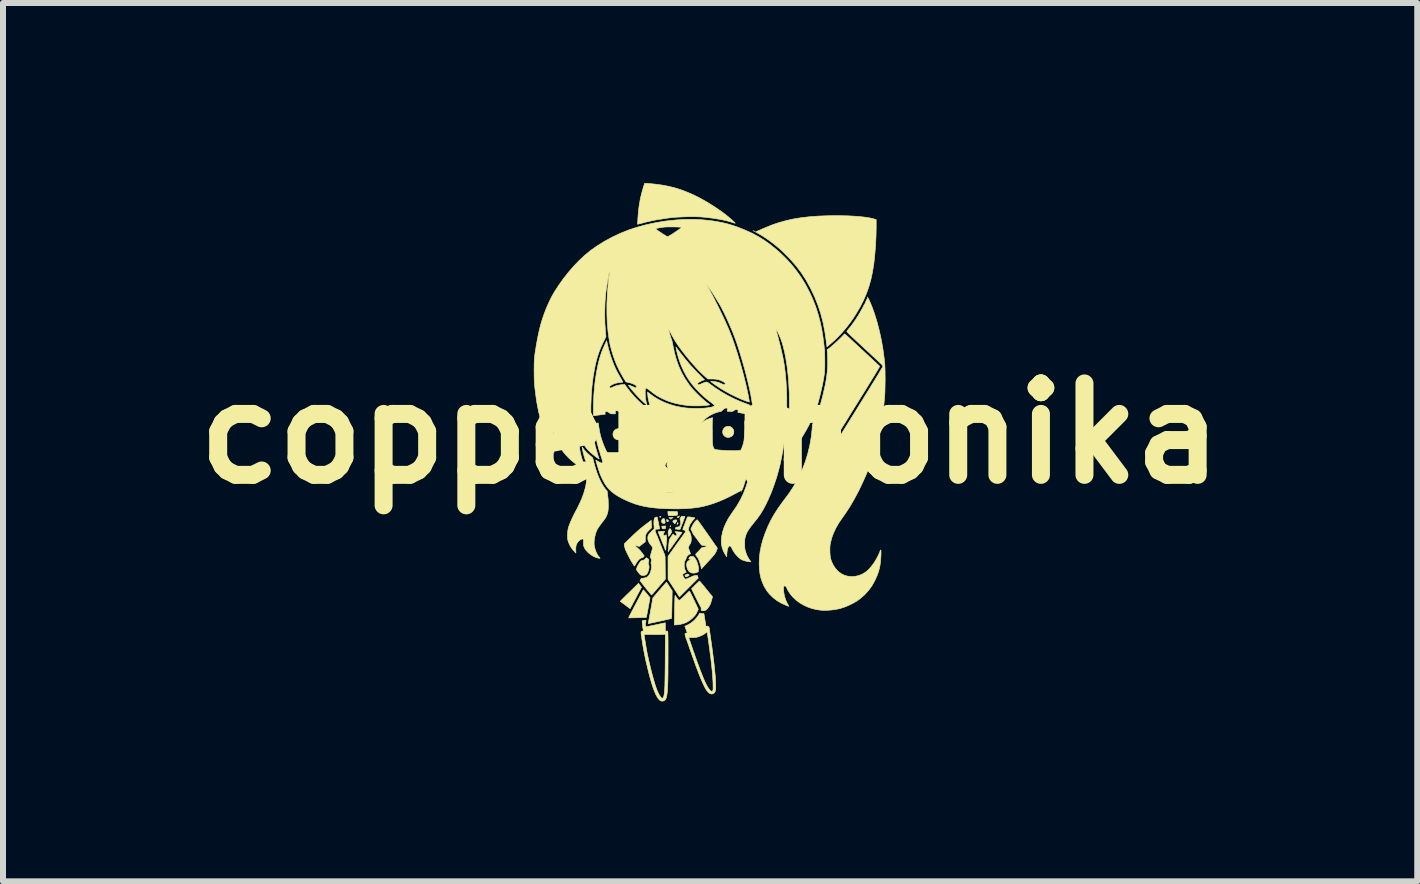
<source format=kicad_pcb>
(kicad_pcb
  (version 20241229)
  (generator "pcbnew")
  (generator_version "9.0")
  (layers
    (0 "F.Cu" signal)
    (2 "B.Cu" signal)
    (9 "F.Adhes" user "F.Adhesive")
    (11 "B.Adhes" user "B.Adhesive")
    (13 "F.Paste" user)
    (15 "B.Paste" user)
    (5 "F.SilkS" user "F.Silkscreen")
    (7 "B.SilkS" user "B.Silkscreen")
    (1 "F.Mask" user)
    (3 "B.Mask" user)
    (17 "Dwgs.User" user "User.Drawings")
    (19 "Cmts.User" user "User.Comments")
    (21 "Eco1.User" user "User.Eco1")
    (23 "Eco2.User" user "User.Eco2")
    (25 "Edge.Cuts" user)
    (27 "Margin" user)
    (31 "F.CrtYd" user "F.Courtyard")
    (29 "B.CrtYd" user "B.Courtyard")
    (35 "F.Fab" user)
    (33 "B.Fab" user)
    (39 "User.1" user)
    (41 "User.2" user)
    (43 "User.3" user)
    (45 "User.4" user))
  (footprint "copper_monika"
    (layer "F.Cu")
    (at 8.788 4.177)
    (property "Reference" "copper_monika" (at 0 0 0) (layer "F.SilkS") (effects (font (size 1.524 1.524) (thickness 0.3))))
    (attr through_hole)
    (fp_poly (pts (xy 0.523 0.973) (xy 0.521 0.975) (xy 0.518 0.973) (xy 0.521 0.97) (xy 0.523 0.973)) (stroke (width 0.01) (type solid)) (fill yes) (layer "F.SilkS"))
    (fp_poly (pts (xy 0.721 -3.381) (xy 0.719 -3.378) (xy 0.716 -3.381) (xy 0.719 -3.383) (xy 0.721 -3.381)) (stroke (width 0.01) (type solid)) (fill yes) (layer "F.SilkS"))
    (fp_poly (pts (xy 0.732 -3.376) (xy 0.729 -3.373) (xy 0.726 -3.376) (xy 0.729 -3.378) (xy 0.732 -3.376)) (stroke (width 0.01) (type solid)) (fill yes) (layer "F.SilkS"))
    (fp_poly (pts (xy 0.742 -3.371) (xy 0.739 -3.368) (xy 0.737 -3.371) (xy 0.739 -3.373) (xy 0.742 -3.371)) (stroke (width 0.01) (type solid)) (fill yes) (layer "F.SilkS"))
    (fp_poly (pts (xy 0.752 -3.365) (xy 0.749 -3.363) (xy 0.747 -3.365) (xy 0.749 -3.368) (xy 0.752 -3.365)) (stroke (width 0.01) (type solid)) (fill yes) (layer "F.SilkS"))
    (fp_poly (pts (xy 2.631 -2.273) (xy 2.629 -2.271) (xy 2.626 -2.273) (xy 2.629 -2.276) (xy 2.631 -2.273)) (stroke (width 0.01) (type solid)) (fill yes) (layer "F.SilkS"))
    (fp_poly (pts (xy -0.661 1.541) (xy -0.66 1.543) (xy -0.662 1.553) (xy -0.665 1.553) (xy -0.667 1.55) (xy -0.667 1.543) (xy -0.665 1.539) (xy -0.662 1.535) (xy -0.661 1.541)) (stroke (width 0.01) (type solid)) (fill yes) (layer "F.SilkS"))
    (fp_poly (pts (xy -0.636 1.415) (xy -0.648 1.422) (xy -0.655 1.427) (xy -0.656 1.427) (xy -0.661 1.424) (xy -0.67 1.417) (xy -0.672 1.415) (xy -0.686 1.402) (xy -0.617 1.402) (xy -0.636 1.415)) (stroke (width 0.01) (type solid)) (fill yes) (layer "F.SilkS"))
    (fp_poly (pts (xy -0.821 1.383) (xy -0.821 1.386) (xy -0.823 1.389) (xy -0.83 1.396) (xy -0.833 1.397) (xy -0.838 1.393) (xy -0.84 1.389) (xy -0.839 1.384) (xy -0.831 1.382) (xy -0.83 1.382) (xy -0.821 1.383)) (stroke (width 0.01) (type solid)) (fill yes) (layer "F.SilkS"))
    (fp_poly (pts (xy -0.519 1.389) (xy -0.526 1.399) (xy -0.53 1.405) (xy -0.53 1.405) (xy -0.535 1.404) (xy -0.542 1.4) (xy -0.548 1.396) (xy -0.548 1.393) (xy -0.541 1.389) (xy -0.531 1.384) (xy -0.509 1.374) (xy -0.519 1.389)) (stroke (width 0.01) (type solid)) (fill yes) (layer "F.SilkS"))
    (fp_poly (pts (xy -0.534 1.492) (xy -0.536 1.503) (xy -0.542 1.511) (xy -0.546 1.514) (xy -0.553 1.511) (xy -0.554 1.509) (xy -0.55 1.504) (xy -0.549 1.504) (xy -0.545 1.499) (xy -0.542 1.492) (xy -0.538 1.485) (xy -0.536 1.485) (xy -0.534 1.492)) (stroke (width 0.01) (type solid)) (fill yes) (layer "F.SilkS"))
    (fp_poly (pts (xy -0.717 1.435) (xy -0.707 1.442) (xy -0.697 1.45) (xy -0.691 1.456) (xy -0.691 1.457) (xy -0.695 1.462) (xy -0.704 1.467) (xy -0.714 1.471) (xy -0.718 1.468) (xy -0.719 1.467) (xy -0.722 1.456) (xy -0.724 1.444) (xy -0.724 1.435) (xy -0.723 1.433) (xy -0.717 1.435)) (stroke (width 0.01) (type solid)) (fill yes) (layer "F.SilkS"))
    (fp_poly (pts (xy -0.363 2.348) (xy -0.351 2.355) (xy -0.348 2.361) (xy -0.354 2.368) (xy -0.369 2.377) (xy -0.373 2.379) (xy -0.401 2.392) (xy -0.411 2.379) (xy -0.418 2.369) (xy -0.418 2.363) (xy -0.411 2.357) (xy -0.397 2.35) (xy -0.383 2.344) (xy -0.373 2.344) (xy -0.363 2.348)) (stroke (width 0.01) (type solid)) (fill yes) (layer "F.SilkS"))
    (fp_poly (pts (xy -0.559 1.442) (xy -0.554 1.448) (xy -0.555 1.454) (xy -0.563 1.468) (xy -0.572 1.483) (xy -0.581 1.495) (xy -0.587 1.502) (xy -0.588 1.502) (xy -0.594 1.5) (xy -0.603 1.491) (xy -0.61 1.483) (xy -0.619 1.471) (xy -0.622 1.463) (xy -0.618 1.457) (xy -0.607 1.45) (xy -0.598 1.445) (xy -0.584 1.44) (xy -0.57 1.439) (xy -0.559 1.442)) (stroke (width 0.01) (type solid)) (fill yes) (layer "F.SilkS"))
    (fp_poly (pts (xy -0.765 1.42) (xy -0.759 1.428) (xy -0.755 1.445) (xy -0.753 1.453) (xy -0.751 1.472) (xy -0.75 1.484) (xy -0.75 1.491) (xy -0.753 1.494) (xy -0.754 1.495) (xy -0.766 1.498) (xy -0.782 1.498) (xy -0.795 1.493) (xy -0.799 1.49) (xy -0.808 1.475) (xy -0.81 1.458) (xy -0.807 1.446) (xy -0.798 1.428) (xy -0.784 1.419) (xy -0.773 1.417) (xy -0.765 1.42)) (stroke (width 0.01) (type solid)) (fill yes) (layer "F.SilkS"))
    (fp_poly (pts (xy -0.742 1.547) (xy -0.742 1.561) (xy -0.742 1.561) (xy -0.743 1.576) (xy -0.746 1.584) (xy -0.751 1.587) (xy -0.764 1.589) (xy -0.778 1.589) (xy -0.79 1.587) (xy -0.797 1.584) (xy -0.798 1.583) (xy -0.802 1.563) (xy -0.805 1.553) (xy -0.806 1.548) (xy -0.802 1.545) (xy -0.79 1.544) (xy -0.783 1.544) (xy -0.767 1.544) (xy -0.754 1.542) (xy -0.75 1.541) (xy -0.745 1.541) (xy -0.742 1.547)) (stroke (width 0.01) (type solid)) (fill yes) (layer "F.SilkS"))
    (fp_poly (pts (xy -1.488 -0.072) (xy -1.467 -0.058) (xy -1.45 -0.039) (xy -1.438 -0.017) (xy -1.433 0.008) (xy -1.435 0.035) (xy -1.445 0.061) (xy -1.454 0.074) (xy -1.471 0.089) (xy -1.493 0.1) (xy -1.518 0.106) (xy -1.527 0.106) (xy -1.545 0.104) (xy -1.564 0.099) (xy -1.568 0.097) (xy -1.591 0.081) (xy -1.608 0.06) (xy -1.617 0.036) (xy -1.62 0.009) (xy -1.615 -0.017) (xy -1.603 -0.041) (xy -1.584 -0.061) (xy -1.568 -0.071) (xy -1.54 -0.08) (xy -1.513 -0.08) (xy -1.488 -0.072)) (stroke (width 0.01) (type solid)) (fill yes) (layer "F.SilkS"))
    (fp_poly (pts (xy -0.663 1.59) (xy -0.66 1.59) (xy -0.657 1.594) (xy -0.651 1.606) (xy -0.648 1.616) (xy -0.643 1.631) (xy -0.642 1.641) (xy -0.645 1.651) (xy -0.652 1.663) (xy -0.661 1.678) (xy -0.669 1.689) (xy -0.672 1.693) (xy -0.68 1.703) (xy -0.685 1.709) (xy -0.689 1.715) (xy -0.691 1.714) (xy -0.693 1.706) (xy -0.694 1.699) (xy -0.698 1.672) (xy -0.7 1.65) (xy -0.697 1.632) (xy -0.69 1.613) (xy -0.682 1.595) (xy -0.675 1.588) (xy -0.672 1.587) (xy -0.663 1.59)) (stroke (width 0.01) (type solid)) (fill yes) (layer "F.SilkS"))
    (fp_poly (pts (xy -0.625 1.3) (xy -0.598 1.301) (xy -0.575 1.301) (xy -0.557 1.302) (xy -0.547 1.302) (xy -0.545 1.303) (xy -0.544 1.308) (xy -0.543 1.32) (xy -0.543 1.331) (xy -0.542 1.347) (xy -0.543 1.355) (xy -0.548 1.36) (xy -0.556 1.362) (xy -0.568 1.365) (xy -0.587 1.367) (xy -0.609 1.368) (xy -0.633 1.37) (xy -0.656 1.37) (xy -0.675 1.37) (xy -0.689 1.369) (xy -0.694 1.368) (xy -0.697 1.361) (xy -0.7 1.347) (xy -0.702 1.331) (xy -0.704 1.298) (xy -0.625 1.3)) (stroke (width 0.01) (type solid)) (fill yes) (layer "F.SilkS"))
    (fp_poly (pts (xy 0.34 -0.113) (xy 0.362 -0.099) (xy 0.379 -0.08) (xy 0.391 -0.057) (xy 0.396 -0.032) (xy 0.394 -0.006) (xy 0.383 0.021) (xy 0.375 0.033) (xy 0.358 0.048) (xy 0.335 0.059) (xy 0.311 0.065) (xy 0.302 0.066) (xy 0.284 0.064) (xy 0.265 0.058) (xy 0.261 0.056) (xy 0.238 0.041) (xy 0.221 0.02) (xy 0.212 -0.005) (xy 0.209 -0.031) (xy 0.214 -0.057) (xy 0.226 -0.081) (xy 0.244 -0.101) (xy 0.26 -0.111) (xy 0.289 -0.12) (xy 0.316 -0.12) (xy 0.34 -0.113)) (stroke (width 0.01) (type solid)) (fill yes) (layer "F.SilkS"))
    (fp_poly (pts (xy -1.183 2.51) (xy -1.174 2.522) (xy -1.163 2.537) (xy -1.159 2.543) (xy -1.144 2.563) (xy -1.23 2.726) (xy -1.25 2.764) (xy -1.269 2.799) (xy -1.287 2.832) (xy -1.301 2.86) (xy -1.313 2.882) (xy -1.321 2.897) (xy -1.325 2.904) (xy -1.333 2.92) (xy -1.414 2.86) (xy -1.439 2.841) (xy -1.461 2.825) (xy -1.479 2.811) (xy -1.491 2.802) (xy -1.497 2.798) (xy -1.497 2.797) (xy -1.494 2.794) (xy -1.484 2.783) (xy -1.469 2.768) (xy -1.448 2.747) (xy -1.423 2.722) (xy -1.395 2.694) (xy -1.363 2.664) (xy -1.346 2.647) (xy -1.193 2.497) (xy -1.183 2.51)) (stroke (width 0.01) (type solid)) (fill yes) (layer "F.SilkS"))
    (fp_poly (pts (xy -1.046 2.081) (xy -1.029 2.094) (xy -1.021 2.108) (xy -1.022 2.126) (xy -1.025 2.137) (xy -1.03 2.15) (xy -1.031 2.161) (xy -1.028 2.173) (xy -1.024 2.185) (xy -1.018 2.212) (xy -1.018 2.242) (xy -1.026 2.276) (xy -1.031 2.294) (xy -1.041 2.319) (xy -1.05 2.336) (xy -1.062 2.349) (xy -1.073 2.357) (xy -1.094 2.365) (xy -1.119 2.367) (xy -1.142 2.364) (xy -1.156 2.358) (xy -1.174 2.343) (xy -1.195 2.318) (xy -1.216 2.288) (xy -1.23 2.267) (xy -1.22 2.236) (xy -1.212 2.215) (xy -1.199 2.191) (xy -1.184 2.167) (xy -1.169 2.145) (xy -1.155 2.128) (xy -1.15 2.124) (xy -1.135 2.116) (xy -1.12 2.113) (xy -1.107 2.111) (xy -1.095 2.104) (xy -1.083 2.092) (xy -1.063 2.071) (xy -1.046 2.081)) (stroke (width 0.01) (type solid)) (fill yes) (layer "F.SilkS"))
    (fp_poly (pts (xy -0.289 2.048) (xy -0.278 2.053) (xy -0.265 2.064) (xy -0.263 2.066) (xy -0.243 2.093) (xy -0.224 2.127) (xy -0.21 2.166) (xy -0.199 2.206) (xy -0.194 2.245) (xy -0.194 2.263) (xy -0.196 2.304) (xy -0.218 2.315) (xy -0.243 2.324) (xy -0.271 2.327) (xy -0.3 2.326) (xy -0.324 2.319) (xy -0.331 2.315) (xy -0.356 2.294) (xy -0.374 2.266) (xy -0.386 2.232) (xy -0.391 2.193) (xy -0.391 2.188) (xy -0.389 2.162) (xy -0.382 2.142) (xy -0.369 2.128) (xy -0.351 2.117) (xy -0.337 2.11) (xy -0.327 2.104) (xy -0.325 2.102) (xy -0.33 2.098) (xy -0.34 2.095) (xy -0.34 2.095) (xy -0.352 2.09) (xy -0.355 2.082) (xy -0.348 2.07) (xy -0.341 2.062) (xy -0.328 2.052) (xy -0.314 2.048) (xy -0.304 2.047) (xy -0.289 2.048)) (stroke (width 0.01) (type solid)) (fill yes) (layer "F.SilkS"))
    (fp_poly (pts (xy -0.173 2.463) (xy -0.163 2.473) (xy -0.149 2.49) (xy -0.131 2.512) (xy -0.109 2.538) (xy -0.085 2.568) (xy -0.067 2.59) (xy 0.04 2.722) (xy 0.028 2.767) (xy 0.017 2.804) (xy 0.008 2.834) (xy -0.003 2.858) (xy -0.015 2.88) (xy -0.031 2.902) (xy -0.045 2.92) (xy -0.066 2.941) (xy -0.091 2.953) (xy -0.119 2.956) (xy -0.14 2.953) (xy -0.146 2.951) (xy -0.149 2.945) (xy -0.149 2.933) (xy -0.149 2.923) (xy -0.149 2.908) (xy -0.15 2.899) (xy -0.151 2.898) (xy -0.154 2.895) (xy -0.161 2.883) (xy -0.171 2.864) (xy -0.185 2.839) (xy -0.2 2.809) (xy -0.217 2.775) (xy -0.232 2.745) (xy -0.309 2.588) (xy -0.245 2.523) (xy -0.224 2.503) (xy -0.205 2.485) (xy -0.191 2.471) (xy -0.181 2.462) (xy -0.177 2.459) (xy -0.173 2.463)) (stroke (width 0.01) (type solid)) (fill yes) (layer "F.SilkS"))
    (fp_poly (pts (xy -1.108 2.61) (xy -1.099 2.62) (xy -1.085 2.636) (xy -1.069 2.655) (xy -1.055 2.672) (xy -1.001 2.737) (xy -1.031 2.9) (xy -1.038 2.94) (xy -1.045 2.976) (xy -1.051 3.007) (xy -1.056 3.033) (xy -1.059 3.052) (xy -1.062 3.063) (xy -1.062 3.065) (xy -1.068 3.066) (xy -1.082 3.067) (xy -1.104 3.068) (xy -1.132 3.068) (xy -1.165 3.069) (xy -1.202 3.07) (xy -1.211 3.071) (xy -1.357 3.074) (xy -1.354 3.064) (xy -1.351 3.057) (xy -1.344 3.042) (xy -1.333 3.021) (xy -1.319 2.994) (xy -1.303 2.962) (xy -1.284 2.928) (xy -1.265 2.89) (xy -1.244 2.851) (xy -1.223 2.812) (xy -1.203 2.773) (xy -1.183 2.736) (xy -1.165 2.702) (xy -1.148 2.671) (xy -1.134 2.645) (xy -1.123 2.625) (xy -1.116 2.612) (xy -1.112 2.606) (xy -1.112 2.606) (xy -1.108 2.61)) (stroke (width 0.01) (type solid)) (fill yes) (layer "F.SilkS"))
    (fp_poly (pts (xy -0.723 2.483) (xy -0.715 2.494) (xy -0.704 2.512) (xy -0.69 2.533) (xy -0.678 2.552) (xy -0.632 2.624) (xy -0.636 2.852) (xy -0.637 2.9) (xy -0.638 2.944) (xy -0.639 2.983) (xy -0.64 3.018) (xy -0.641 3.046) (xy -0.642 3.067) (xy -0.642 3.079) (xy -0.643 3.083) (xy -0.648 3.084) (xy -0.662 3.088) (xy -0.683 3.093) (xy -0.709 3.099) (xy -0.74 3.106) (xy -0.774 3.114) (xy -0.81 3.122) (xy -0.846 3.13) (xy -0.88 3.137) (xy -0.912 3.144) (xy -0.94 3.151) (xy -0.963 3.155) (xy -0.978 3.158) (xy -0.984 3.159) (xy -1.001 3.163) (xy -1.016 3.166) (xy -1.021 3.167) (xy -1.029 3.169) (xy -1.031 3.164) (xy -1.03 3.159) (xy -1.028 3.152) (xy -1.025 3.135) (xy -1.021 3.111) (xy -1.015 3.08) (xy -1.008 3.044) (xy -1.001 3.004) (xy -0.993 2.96) (xy -0.99 2.944) (xy -0.954 2.741) (xy -0.842 2.61) (xy -0.815 2.579) (xy -0.791 2.551) (xy -0.769 2.526) (xy -0.751 2.505) (xy -0.737 2.49) (xy -0.729 2.481) (xy -0.727 2.479) (xy -0.723 2.483)) (stroke (width 0.01) (type solid)) (fill yes) (layer "F.SilkS"))
    (fp_poly (pts (xy -0.34 2.633) (xy -0.333 2.646) (xy -0.322 2.666) (xy -0.31 2.692) (xy -0.296 2.72) (xy -0.281 2.752) (xy -0.265 2.784) (xy -0.25 2.816) (xy -0.235 2.847) (xy -0.222 2.875) (xy -0.211 2.898) (xy -0.203 2.916) (xy -0.199 2.927) (xy -0.198 2.929) (xy -0.2 2.937) (xy -0.206 2.951) (xy -0.215 2.97) (xy -0.222 2.984) (xy -0.237 3.011) (xy -0.253 3.034) (xy -0.273 3.056) (xy -0.287 3.071) (xy -0.335 3.112) (xy -0.387 3.145) (xy -0.443 3.168) (xy -0.504 3.183) (xy -0.551 3.189) (xy -0.596 3.192) (xy -0.592 2.969) (xy -0.592 2.921) (xy -0.591 2.876) (xy -0.59 2.834) (xy -0.589 2.797) (xy -0.588 2.766) (xy -0.587 2.742) (xy -0.586 2.726) (xy -0.586 2.721) (xy -0.583 2.697) (xy -0.56 2.731) (xy -0.545 2.753) (xy -0.534 2.767) (xy -0.525 2.775) (xy -0.516 2.778) (xy -0.511 2.779) (xy -0.503 2.775) (xy -0.489 2.764) (xy -0.47 2.746) (xy -0.444 2.722) (xy -0.423 2.702) (xy -0.4 2.679) (xy -0.38 2.659) (xy -0.363 2.643) (xy -0.351 2.632) (xy -0.344 2.627) (xy -0.343 2.627) (xy -0.34 2.633)) (stroke (width 0.01) (type solid)) (fill yes) (layer "F.SilkS"))
    (fp_poly (pts (xy -0.775 1.631) (xy -0.762 1.632) (xy -0.757 1.634) (xy -0.757 1.634) (xy -0.76 1.64) (xy -0.767 1.65) (xy -0.77 1.654) (xy -0.779 1.671) (xy -0.78 1.685) (xy -0.776 1.696) (xy -0.766 1.701) (xy -0.752 1.699) (xy -0.747 1.696) (xy -0.733 1.688) (xy -0.727 1.717) (xy -0.724 1.739) (xy -0.723 1.765) (xy -0.724 1.779) (xy -0.726 1.799) (xy -0.728 1.818) (xy -0.729 1.829) (xy -0.73 1.844) (xy -0.733 1.863) (xy -0.734 1.88) (xy -0.736 1.9) (xy -0.737 1.918) (xy -0.737 1.929) (xy -0.738 1.942) (xy -0.742 1.945) (xy -0.747 1.939) (xy -0.75 1.932) (xy -0.753 1.921) (xy -0.754 1.915) (xy -0.757 1.909) (xy -0.761 1.901) (xy -0.765 1.893) (xy -0.764 1.89) (xy -0.764 1.887) (xy -0.766 1.883) (xy -0.77 1.876) (xy -0.776 1.862) (xy -0.785 1.843) (xy -0.79 1.829) (xy -0.799 1.807) (xy -0.807 1.786) (xy -0.813 1.771) (xy -0.815 1.765) (xy -0.821 1.751) (xy -0.828 1.733) (xy -0.831 1.727) (xy -0.837 1.71) (xy -0.843 1.696) (xy -0.844 1.692) (xy -0.851 1.676) (xy -0.855 1.666) (xy -0.86 1.653) (xy -0.864 1.645) (xy -0.865 1.639) (xy -0.86 1.636) (xy -0.849 1.634) (xy -0.832 1.633) (xy -0.812 1.632) (xy -0.792 1.631) (xy -0.775 1.631)) (stroke (width 0.01) (type solid)) (fill yes) (layer "F.SilkS"))
    (fp_poly (pts (xy -0.47 1.379) (xy -0.46 1.381) (xy -0.444 1.382) (xy -0.439 1.382) (xy -0.425 1.382) (xy -0.42 1.384) (xy -0.42 1.389) (xy -0.421 1.391) (xy -0.428 1.406) (xy -0.434 1.423) (xy -0.435 1.425) (xy -0.437 1.433) (xy -0.442 1.445) (xy -0.442 1.445) (xy -0.446 1.456) (xy -0.448 1.462) (xy -0.448 1.462) (xy -0.449 1.467) (xy -0.454 1.478) (xy -0.455 1.482) (xy -0.464 1.503) (xy -0.47 1.517) (xy -0.473 1.525) (xy -0.475 1.53) (xy -0.475 1.532) (xy -0.478 1.54) (xy -0.483 1.552) (xy -0.483 1.552) (xy -0.488 1.563) (xy -0.49 1.571) (xy -0.493 1.579) (xy -0.495 1.586) (xy -0.499 1.595) (xy -0.507 1.599) (xy -0.517 1.599) (xy -0.535 1.598) (xy -0.55 1.595) (xy -0.55 1.595) (xy -0.563 1.593) (xy -0.572 1.593) (xy -0.578 1.593) (xy -0.578 1.586) (xy -0.574 1.573) (xy -0.57 1.564) (xy -0.562 1.561) (xy -0.549 1.56) (xy -0.546 1.56) (xy -0.529 1.558) (xy -0.516 1.552) (xy -0.508 1.545) (xy -0.495 1.525) (xy -0.489 1.499) (xy -0.491 1.47) (xy -0.495 1.455) (xy -0.5 1.438) (xy -0.502 1.426) (xy -0.499 1.415) (xy -0.498 1.413) (xy -0.493 1.402) (xy -0.488 1.397) (xy -0.488 1.397) (xy -0.483 1.393) (xy -0.481 1.386) (xy -0.476 1.378) (xy -0.47 1.379)) (stroke (width 0.01) (type solid)) (fill yes) (layer "F.SilkS"))
    (fp_poly (pts (xy 2.189 -3.631) (xy 2.293 -3.629) (xy 2.388 -3.624) (xy 2.475 -3.618) (xy 2.553 -3.61) (xy 2.622 -3.601) (xy 2.681 -3.59) (xy 2.731 -3.577) (xy 2.735 -3.576) (xy 2.769 -3.566) (xy 2.769 -3.43) (xy 2.766 -3.29) (xy 2.759 -3.144) (xy 2.747 -2.997) (xy 2.732 -2.852) (xy 2.728 -2.819) (xy 2.707 -2.691) (xy 2.681 -2.569) (xy 2.648 -2.451) (xy 2.607 -2.337) (xy 2.559 -2.224) (xy 2.502 -2.112) (xy 2.436 -2) (xy 2.395 -1.935) (xy 2.336 -1.85) (xy 2.272 -1.767) (xy 2.204 -1.687) (xy 2.135 -1.613) (xy 2.065 -1.545) (xy 2.019 -1.505) (xy 2 -1.489) (xy 1.982 -1.474) (xy 1.968 -1.462) (xy 1.961 -1.456) (xy 1.948 -1.444) (xy 1.936 -1.541) (xy 1.913 -1.699) (xy 1.883 -1.851) (xy 1.845 -1.998) (xy 1.798 -2.14) (xy 1.743 -2.278) (xy 1.679 -2.413) (xy 1.607 -2.545) (xy 1.593 -2.569) (xy 1.519 -2.683) (xy 1.435 -2.793) (xy 1.342 -2.901) (xy 1.239 -3.006) (xy 1.154 -3.085) (xy 1.061 -3.162) (xy 0.968 -3.231) (xy 0.876 -3.292) (xy 0.812 -3.33) (xy 0.758 -3.36) (xy 0.784 -3.372) (xy 0.81 -3.384) (xy 0.843 -3.398) (xy 0.881 -3.415) (xy 0.921 -3.431) (xy 0.961 -3.448) (xy 0.998 -3.463) (xy 1.03 -3.476) (xy 1.046 -3.482) (xy 1.153 -3.518) (xy 1.266 -3.549) (xy 1.387 -3.576) (xy 1.514 -3.597) (xy 1.65 -3.613) (xy 1.793 -3.624) (xy 1.945 -3.63) (xy 2.078 -3.632) (xy 2.189 -3.631)) (stroke (width 0.01) (type solid)) (fill yes) (layer "F.SilkS"))
    (fp_poly (pts (xy -0.979 1.51) (xy -0.976 1.572) (xy -1.016 1.61) (xy -1.04 1.635) (xy -1.058 1.657) (xy -1.069 1.679) (xy -1.076 1.702) (xy -1.079 1.729) (xy -1.08 1.752) (xy -1.08 1.804) (xy -1.18 1.883) (xy -1.21 1.875) (xy -1.226 1.871) (xy -1.238 1.87) (xy -1.243 1.871) (xy -1.242 1.877) (xy -1.235 1.886) (xy -1.226 1.894) (xy -1.203 1.915) (xy -1.186 1.93) (xy -1.175 1.941) (xy -1.167 1.949) (xy -1.162 1.955) (xy -1.158 1.961) (xy -1.149 1.973) (xy -1.142 1.981) (xy -1.135 1.988) (xy -1.133 1.992) (xy -1.13 1.999) (xy -1.124 2.006) (xy -1.109 2.024) (xy -1.1 2.036) (xy -1.101 2.044) (xy -1.107 2.054) (xy -1.118 2.064) (xy -1.129 2.071) (xy -1.137 2.073) (xy -1.156 2.077) (xy -1.177 2.092) (xy -1.2 2.116) (xy -1.225 2.15) (xy -1.24 2.176) (xy -1.25 2.192) (xy -1.257 2.204) (xy -1.262 2.21) (xy -1.262 2.21) (xy -1.265 2.206) (xy -1.273 2.195) (xy -1.282 2.179) (xy -1.288 2.17) (xy -1.3 2.151) (xy -1.31 2.134) (xy -1.318 2.121) (xy -1.32 2.118) (xy -1.325 2.11) (xy -1.333 2.094) (xy -1.344 2.073) (xy -1.357 2.048) (xy -1.37 2.022) (xy -1.383 1.996) (xy -1.394 1.972) (xy -1.404 1.952) (xy -1.409 1.94) (xy -1.415 1.925) (xy -1.419 1.91) (xy -1.419 1.909) (xy -1.422 1.897) (xy -1.424 1.891) (xy -1.426 1.884) (xy -1.429 1.87) (xy -1.429 1.863) (xy -1.432 1.84) (xy -1.345 1.755) (xy -1.296 1.708) (xy -1.253 1.667) (xy -1.213 1.631) (xy -1.176 1.598) (xy -1.138 1.567) (xy -1.099 1.536) (xy -1.057 1.504) (xy -1.021 1.477) (xy -0.982 1.448) (xy -0.979 1.51)) (stroke (width 0.01) (type solid)) (fill yes) (layer "F.SilkS"))
    (fp_poly (pts (xy -1.042 -4.169) (xy -0.919 -4.158) (xy -0.804 -4.142) (xy -0.695 -4.122) (xy -0.59 -4.096) (xy -0.487 -4.064) (xy -0.385 -4.025) (xy -0.281 -3.98) (xy -0.203 -3.942) (xy -0.139 -3.908) (xy -0.071 -3.869) (xy -0.001 -3.827) (xy 0.068 -3.783) (xy 0.135 -3.738) (xy 0.199 -3.694) (xy 0.257 -3.65) (xy 0.307 -3.61) (xy 0.309 -3.608) (xy 0.334 -3.586) (xy 0.358 -3.565) (xy 0.379 -3.546) (xy 0.397 -3.529) (xy 0.41 -3.516) (xy 0.417 -3.508) (xy 0.418 -3.505) (xy 0.41 -3.507) (xy 0.397 -3.511) (xy 0.391 -3.513) (xy 0.334 -3.531) (xy 0.269 -3.548) (xy 0.196 -3.564) (xy 0.117 -3.578) (xy 0.033 -3.591) (xy -0.055 -3.602) (xy -0.086 -3.605) (xy -0.153 -3.611) (xy -0.226 -3.614) (xy -0.305 -3.615) (xy -0.386 -3.614) (xy -0.467 -3.611) (xy -0.547 -3.607) (xy -0.624 -3.601) (xy -0.694 -3.593) (xy -0.749 -3.585) (xy -0.764 -3.582) (xy -0.783 -3.58) (xy -0.787 -3.579) (xy -0.818 -3.574) (xy -0.839 -3.571) (xy -0.848 -3.569) (xy -0.858 -3.567) (xy -0.873 -3.565) (xy -0.881 -3.564) (xy -0.896 -3.562) (xy -0.916 -3.558) (xy -0.938 -3.554) (xy -0.961 -3.549) (xy -0.981 -3.545) (xy -0.996 -3.541) (xy -1.005 -3.539) (xy -1.005 -3.539) (xy -1.012 -3.537) (xy -1.025 -3.534) (xy -1.029 -3.533) (xy -1.039 -3.532) (xy -1.051 -3.529) (xy -1.067 -3.525) (xy -1.088 -3.52) (xy -1.116 -3.512) (xy -1.153 -3.502) (xy -1.153 -3.502) (xy -1.172 -3.497) (xy -1.188 -3.493) (xy -1.195 -3.492) (xy -1.21 -3.489) (xy -1.207 -3.529) (xy -1.205 -3.552) (xy -1.204 -3.581) (xy -1.202 -3.61) (xy -1.201 -3.622) (xy -1.193 -3.724) (xy -1.178 -3.829) (xy -1.159 -3.932) (xy -1.134 -4.032) (xy -1.109 -4.117) (xy -1.09 -4.172) (xy -1.042 -4.169)) (stroke (width 0.01) (type solid)) (fill yes) (layer "F.SilkS"))
    (fp_poly (pts (xy -0.553 1.638) (xy -0.531 1.64) (xy -0.508 1.642) (xy -0.496 1.644) (xy -0.479 1.645) (xy -0.47 1.648) (xy -0.469 1.651) (xy -0.474 1.657) (xy -0.475 1.658) (xy -0.481 1.666) (xy -0.483 1.67) (xy -0.486 1.676) (xy -0.494 1.686) (xy -0.495 1.688) (xy -0.504 1.698) (xy -0.508 1.705) (xy -0.508 1.705) (xy -0.511 1.712) (xy -0.519 1.721) (xy -0.521 1.723) (xy -0.529 1.733) (xy -0.533 1.74) (xy -0.533 1.741) (xy -0.537 1.747) (xy -0.544 1.757) (xy -0.546 1.759) (xy -0.554 1.769) (xy -0.559 1.777) (xy -0.559 1.778) (xy -0.563 1.784) (xy -0.566 1.786) (xy -0.573 1.792) (xy -0.574 1.795) (xy -0.577 1.802) (xy -0.585 1.813) (xy -0.587 1.815) (xy -0.595 1.825) (xy -0.599 1.832) (xy -0.599 1.832) (xy -0.603 1.839) (xy -0.61 1.848) (xy -0.612 1.85) (xy -0.62 1.86) (xy -0.625 1.867) (xy -0.625 1.868) (xy -0.628 1.874) (xy -0.636 1.884) (xy -0.638 1.886) (xy -0.646 1.896) (xy -0.65 1.903) (xy -0.65 1.904) (xy -0.653 1.909) (xy -0.661 1.92) (xy -0.666 1.925) (xy -0.676 1.937) (xy -0.684 1.947) (xy -0.686 1.949) (xy -0.69 1.958) (xy -0.691 1.96) (xy -0.695 1.967) (xy -0.696 1.969) (xy -0.699 1.967) (xy -0.7 1.957) (xy -0.699 1.95) (xy -0.696 1.931) (xy -0.694 1.909) (xy -0.693 1.9) (xy -0.69 1.867) (xy -0.686 1.829) (xy -0.684 1.803) (xy -0.682 1.788) (xy -0.681 1.778) (xy -0.678 1.77) (xy -0.671 1.756) (xy -0.66 1.739) (xy -0.648 1.72) (xy -0.636 1.702) (xy -0.625 1.686) (xy -0.617 1.677) (xy -0.613 1.679) (xy -0.604 1.687) (xy -0.6 1.691) (xy -0.586 1.703) (xy -0.574 1.706) (xy -0.564 1.701) (xy -0.562 1.699) (xy -0.555 1.691) (xy -0.555 1.682) (xy -0.56 1.67) (xy -0.569 1.657) (xy -0.585 1.636) (xy -0.553 1.638)) (stroke (width 0.01) (type solid)) (fill yes) (layer "F.SilkS"))
    (fp_poly (pts (xy -0.209 1.443) (xy -0.2 1.455) (xy -0.186 1.474) (xy -0.168 1.498) (xy -0.147 1.528) (xy -0.122 1.562) (xy -0.096 1.6) (xy -0.068 1.64) (xy -0.065 1.644) (xy -0.036 1.685) (xy -0.008 1.725) (xy 0.018 1.763) (xy 0.041 1.796) (xy 0.062 1.826) (xy 0.078 1.85) (xy 0.091 1.867) (xy 0.098 1.877) (xy 0.108 1.893) (xy 0.116 1.905) (xy 0.12 1.913) (xy 0.12 1.913) (xy 0.119 1.921) (xy 0.114 1.933) (xy 0.113 1.936) (xy 0.108 1.948) (xy 0.105 1.955) (xy 0.105 1.956) (xy 0.102 1.965) (xy 0.096 1.977) (xy 0.089 1.99) (xy 0.083 1.999) (xy 0.081 2.002) (xy 0.076 2.005) (xy 0.076 2.007) (xy 0.073 2.015) (xy 0.07 2.019) (xy 0.063 2.027) (xy 0.053 2.039) (xy 0.043 2.05) (xy 0.015 2.082) (xy -0.02 2.121) (xy -0.062 2.166) (xy -0.08 2.186) (xy -0.1 2.207) (xy -0.116 2.225) (xy -0.121 2.23) (xy -0.146 2.257) (xy -0.149 2.231) (xy -0.152 2.215) (xy -0.158 2.192) (xy -0.166 2.166) (xy -0.176 2.138) (xy -0.185 2.113) (xy -0.194 2.091) (xy -0.197 2.085) (xy -0.204 2.073) (xy -0.216 2.057) (xy -0.224 2.046) (xy -0.236 2.031) (xy -0.24 2.02) (xy -0.238 2.01) (xy -0.228 1.998) (xy -0.218 1.988) (xy -0.206 1.977) (xy -0.191 1.961) (xy -0.175 1.943) (xy -0.171 1.939) (xy -0.141 1.905) (xy -0.093 1.894) (xy -0.073 1.889) (xy -0.057 1.885) (xy -0.047 1.881) (xy -0.046 1.88) (xy -0.05 1.878) (xy -0.063 1.874) (xy -0.081 1.871) (xy -0.09 1.87) (xy -0.111 1.867) (xy -0.128 1.864) (xy -0.138 1.862) (xy -0.14 1.862) (xy -0.145 1.857) (xy -0.154 1.846) (xy -0.168 1.829) (xy -0.184 1.807) (xy -0.203 1.782) (xy -0.208 1.775) (xy -0.227 1.749) (xy -0.244 1.726) (xy -0.258 1.707) (xy -0.268 1.694) (xy -0.274 1.687) (xy -0.274 1.687) (xy -0.278 1.681) (xy -0.284 1.669) (xy -0.293 1.651) (xy -0.299 1.637) (xy -0.321 1.591) (xy -0.298 1.543) (xy -0.286 1.52) (xy -0.271 1.497) (xy -0.256 1.476) (xy -0.241 1.458) (xy -0.227 1.445) (xy -0.217 1.439) (xy -0.213 1.439) (xy -0.209 1.443)) (stroke (width 0.01) (type solid)) (fill yes) (layer "F.SilkS"))
    (fp_poly (pts (xy 2.25 -1.656) (xy 2.261 -1.647) (xy 2.278 -1.631) (xy 2.301 -1.61) (xy 2.328 -1.586) (xy 2.359 -1.557) (xy 2.393 -1.525) (xy 2.43 -1.491) (xy 2.469 -1.455) (xy 2.508 -1.418) (xy 2.549 -1.381) (xy 2.589 -1.343) (xy 2.628 -1.307) (xy 2.666 -1.272) (xy 2.701 -1.239) (xy 2.733 -1.209) (xy 2.762 -1.182) (xy 2.786 -1.159) (xy 2.805 -1.141) (xy 2.819 -1.128) (xy 2.826 -1.122) (xy 2.826 -1.121) (xy 2.825 -1.116) (xy 2.819 -1.104) (xy 2.807 -1.084) (xy 2.792 -1.057) (xy 2.771 -1.022) (xy 2.745 -0.979) (xy 2.714 -0.929) (xy 2.678 -0.87) (xy 2.637 -0.803) (xy 2.591 -0.728) (xy 2.539 -0.645) (xy 2.482 -0.553) (xy 2.454 -0.508) (xy 2.409 -0.436) (xy 2.366 -0.367) (xy 2.325 -0.3) (xy 2.286 -0.237) (xy 2.249 -0.177) (xy 2.214 -0.122) (xy 2.183 -0.072) (xy 2.155 -0.027) (xy 2.13 0.012) (xy 2.11 0.045) (xy 2.093 0.071) (xy 2.081 0.09) (xy 2.074 0.101) (xy 2.072 0.104) (xy 2.068 0.102) (xy 2.062 0.093) (xy 2.058 0.086) (xy 2.055 0.078) (xy 2.047 0.061) (xy 2.037 0.038) (xy 2.024 0.008) (xy 2.008 -0.026) (xy 1.991 -0.064) (xy 1.973 -0.105) (xy 1.954 -0.148) (xy 1.935 -0.191) (xy 1.916 -0.233) (xy 1.898 -0.274) (xy 1.881 -0.312) (xy 1.865 -0.346) (xy 1.852 -0.375) (xy 1.842 -0.398) (xy 1.839 -0.405) (xy 1.825 -0.436) (xy 1.84 -0.486) (xy 1.849 -0.519) (xy 1.86 -0.559) (xy 1.872 -0.604) (xy 1.884 -0.653) (xy 1.895 -0.701) (xy 1.906 -0.748) (xy 1.915 -0.79) (xy 1.92 -0.811) (xy 1.935 -0.892) (xy 1.946 -0.967) (xy 1.954 -1.038) (xy 1.959 -1.11) (xy 1.96 -1.184) (xy 1.959 -1.252) (xy 1.958 -1.287) (xy 1.957 -1.319) (xy 1.956 -1.346) (xy 1.954 -1.368) (xy 1.953 -1.382) (xy 1.953 -1.386) (xy 1.952 -1.397) (xy 1.954 -1.401) (xy 1.955 -1.401) (xy 1.961 -1.404) (xy 1.974 -1.412) (xy 1.992 -1.426) (xy 2.015 -1.445) (xy 2.04 -1.466) (xy 2.068 -1.491) (xy 2.097 -1.517) (xy 2.126 -1.544) (xy 2.154 -1.571) (xy 2.18 -1.596) (xy 2.203 -1.62) (xy 2.212 -1.63) (xy 2.226 -1.644) (xy 2.237 -1.655) (xy 2.244 -1.66) (xy 2.246 -1.66) (xy 2.25 -1.656)) (stroke (width 0.01) (type solid)) (fill yes) (layer "F.SilkS"))
    (fp_poly (pts (xy -2.131 0.227) (xy -2.124 0.236) (xy -2.114 0.25) (xy -2.113 0.252) (xy -2.097 0.274) (xy -2.079 0.294) (xy -2.059 0.316) (xy -2.033 0.34) (xy -2.004 0.366) (xy -1.957 0.406) (xy -1.938 0.481) (xy -1.913 0.571) (xy -1.886 0.655) (xy -1.856 0.732) (xy -1.824 0.801) (xy -1.79 0.861) (xy -1.756 0.913) (xy -1.739 0.933) (xy -1.716 0.96) (xy -1.707 1.035) (xy -1.701 1.083) (xy -1.698 1.132) (xy -1.697 1.18) (xy -1.697 1.225) (xy -1.699 1.266) (xy -1.703 1.299) (xy -1.707 1.317) (xy -1.721 1.361) (xy -1.741 1.402) (xy -1.769 1.443) (xy -1.779 1.457) (xy -1.8 1.482) (xy -1.82 1.509) (xy -1.84 1.536) (xy -1.857 1.561) (xy -1.871 1.582) (xy -1.881 1.597) (xy -1.881 1.599) (xy -1.899 1.638) (xy -1.913 1.683) (xy -1.924 1.731) (xy -1.931 1.778) (xy -1.934 1.822) (xy -1.932 1.861) (xy -1.931 1.87) (xy -1.92 1.919) (xy -1.904 1.966) (xy -1.885 2.008) (xy -1.863 2.043) (xy -1.851 2.057) (xy -1.839 2.071) (xy -1.834 2.079) (xy -1.838 2.081) (xy -1.851 2.08) (xy -1.863 2.077) (xy -1.907 2.065) (xy -1.95 2.045) (xy -1.992 2.018) (xy -2.031 1.987) (xy -2.063 1.953) (xy -2.088 1.918) (xy -2.093 1.908) (xy -2.101 1.89) (xy -2.107 1.876) (xy -2.109 1.862) (xy -2.111 1.845) (xy -2.111 1.821) (xy -2.111 1.799) (xy -2.112 1.78) (xy -2.114 1.768) (xy -2.115 1.764) (xy -2.124 1.758) (xy -2.138 1.76) (xy -2.155 1.767) (xy -2.173 1.778) (xy -2.191 1.794) (xy -2.207 1.813) (xy -2.209 1.816) (xy -2.225 1.842) (xy -2.234 1.869) (xy -2.239 1.9) (xy -2.239 1.937) (xy -2.239 1.941) (xy -2.237 1.992) (xy -2.252 1.978) (xy -2.286 1.941) (xy -2.318 1.898) (xy -2.344 1.852) (xy -2.363 1.806) (xy -2.37 1.783) (xy -2.375 1.757) (xy -2.377 1.725) (xy -2.377 1.688) (xy -2.375 1.65) (xy -2.371 1.613) (xy -2.365 1.581) (xy -2.362 1.57) (xy -2.352 1.539) (xy -2.338 1.502) (xy -2.321 1.461) (xy -2.302 1.419) (xy -2.282 1.376) (xy -2.262 1.336) (xy -2.255 1.323) (xy -2.21 1.238) (xy -2.172 1.159) (xy -2.139 1.085) (xy -2.113 1.015) (xy -2.1 0.976) (xy -2.078 0.897) (xy -2.064 0.823) (xy -2.058 0.753) (xy -2.057 0.725) (xy -2.057 0.702) (xy -2.056 0.683) (xy -2.056 0.67) (xy -2.055 0.665) (xy -2.05 0.667) (xy -2.039 0.672) (xy -2.031 0.676) (xy -2.011 0.682) (xy -1.997 0.681) (xy -1.988 0.673) (xy -1.986 0.67) (xy -1.985 0.664) (xy -1.987 0.654) (xy -1.992 0.64) (xy -2.002 0.618) (xy -2.009 0.605) (xy -2.04 0.54) (xy -2.066 0.479) (xy -2.087 0.422) (xy -2.104 0.364) (xy -2.119 0.305) (xy -2.123 0.281) (xy -2.128 0.259) (xy -2.131 0.241) (xy -2.133 0.229) (xy -2.134 0.225) (xy -2.131 0.227)) (stroke (width 0.01) (type solid)) (fill yes) (layer "F.SilkS"))
    (fp_poly (pts (xy -1.074 3.115) (xy -1.069 3.117) (xy -1.069 3.123) (xy -1.069 3.123) (xy -1.076 3.157) (xy -1.079 3.184) (xy -1.078 3.205) (xy -1.072 3.217) (xy -1.062 3.221) (xy -1.054 3.22) (xy -1.038 3.217) (xy -1.015 3.212) (xy -0.986 3.206) (xy -0.953 3.199) (xy -0.917 3.192) (xy -0.913 3.191) (xy -0.876 3.183) (xy -0.842 3.176) (xy -0.812 3.169) (xy -0.788 3.164) (xy -0.77 3.16) (xy -0.761 3.159) (xy -0.761 3.158) (xy -0.747 3.156) (xy -0.747 3.224) (xy -0.747 3.251) (xy -0.746 3.27) (xy -0.745 3.282) (xy -0.743 3.289) (xy -0.74 3.293) (xy -0.737 3.294) (xy -0.726 3.296) (xy -0.721 3.294) (xy -0.713 3.294) (xy -0.708 3.297) (xy -0.707 3.299) (xy -0.706 3.304) (xy -0.705 3.312) (xy -0.704 3.323) (xy -0.703 3.339) (xy -0.703 3.36) (xy -0.702 3.386) (xy -0.702 3.419) (xy -0.701 3.459) (xy -0.701 3.506) (xy -0.701 3.561) (xy -0.701 3.625) (xy -0.701 3.699) (xy -0.701 3.71) (xy -0.701 3.812) (xy -0.702 3.904) (xy -0.702 3.987) (xy -0.703 4.061) (xy -0.704 4.127) (xy -0.706 4.185) (xy -0.709 4.236) (xy -0.711 4.281) (xy -0.715 4.319) (xy -0.719 4.351) (xy -0.724 4.378) (xy -0.729 4.4) (xy -0.736 4.418) (xy -0.743 4.432) (xy -0.751 4.443) (xy -0.761 4.45) (xy -0.771 4.456) (xy -0.782 4.46) (xy -0.784 4.46) (xy -0.806 4.461) (xy -0.819 4.458) (xy -0.84 4.446) (xy -0.861 4.424) (xy -0.883 4.391) (xy -0.905 4.35) (xy -0.928 4.298) (xy -0.951 4.236) (xy -0.974 4.165) (xy -0.997 4.085) (xy -1.021 3.995) (xy -1.047 3.888) (xy -1.071 3.788) (xy -1.091 3.691) (xy -1.11 3.594) (xy -1.127 3.494) (xy -1.143 3.388) (xy -1.143 3.387) (xy -1.148 3.356) (xy -1.148 3.35) (xy -1.102 3.35) (xy -1.099 3.363) (xy -1.098 3.371) (xy -1.095 3.388) (xy -1.091 3.412) (xy -1.087 3.441) (xy -1.081 3.475) (xy -1.077 3.5) (xy -1.068 3.557) (xy -1.059 3.608) (xy -1.05 3.657) (xy -1.04 3.705) (xy -1.029 3.755) (xy -1.017 3.808) (xy -1.003 3.868) (xy -0.99 3.922) (xy -0.967 4.013) (xy -0.945 4.094) (xy -0.924 4.165) (xy -0.904 4.228) (xy -0.884 4.281) (xy -0.864 4.326) (xy -0.845 4.362) (xy -0.827 4.39) (xy -0.822 4.396) (xy -0.808 4.41) (xy -0.797 4.414) (xy -0.787 4.409) (xy -0.777 4.393) (xy -0.777 4.392) (xy -0.773 4.381) (xy -0.769 4.367) (xy -0.766 4.351) (xy -0.763 4.331) (xy -0.76 4.306) (xy -0.758 4.277) (xy -0.756 4.242) (xy -0.754 4.201) (xy -0.753 4.154) (xy -0.752 4.099) (xy -0.751 4.037) (xy -0.75 3.966) (xy -0.749 3.887) (xy -0.748 3.798) (xy -0.748 3.769) (xy -0.746 3.344) (xy -0.765 3.348) (xy -0.775 3.349) (xy -0.794 3.35) (xy -0.82 3.351) (xy -0.852 3.351) (xy -0.888 3.352) (xy -0.927 3.351) (xy -0.943 3.351) (xy -1.102 3.35) (xy -1.148 3.35) (xy -1.15 3.333) (xy -1.151 3.317) (xy -1.149 3.307) (xy -1.144 3.3) (xy -1.136 3.297) (xy -1.127 3.294) (xy -1.116 3.291) (xy -1.113 3.285) (xy -1.115 3.275) (xy -1.122 3.234) (xy -1.128 3.186) (xy -1.13 3.162) (xy -1.132 3.141) (xy -1.132 3.129) (xy -1.131 3.122) (xy -1.127 3.119) (xy -1.122 3.117) (xy -1.109 3.115) (xy -1.092 3.114) (xy -1.088 3.114) (xy -1.074 3.115)) (stroke (width 0.01) (type solid)) (fill yes) (layer "F.SilkS"))
    (fp_poly (pts (xy -0.153 2.998) (xy -0.136 3.001) (xy -0.12 3.002) (xy -0.119 3.002) (xy -0.103 3.002) (xy -0.087 3.103) (xy -0.08 3.141) (xy -0.075 3.171) (xy -0.072 3.193) (xy -0.069 3.209) (xy -0.066 3.218) (xy -0.064 3.223) (xy -0.063 3.224) (xy -0.061 3.222) (xy -0.058 3.219) (xy -0.048 3.211) (xy -0.036 3.211) (xy -0.026 3.219) (xy -0.017 3.233) (xy -0.013 3.252) (xy -0.013 3.252) (xy -0.012 3.263) (xy -0.009 3.283) (xy -0.006 3.309) (xy -0.001 3.34) (xy 0.004 3.375) (xy 0.007 3.399) (xy 0.026 3.528) (xy 0.042 3.648) (xy 0.056 3.759) (xy 0.068 3.86) (xy 0.077 3.951) (xy 0.085 4.033) (xy 0.09 4.106) (xy 0.093 4.17) (xy 0.094 4.224) (xy 0.093 4.251) (xy 0.092 4.271) (xy 0.089 4.286) (xy 0.085 4.299) (xy 0.083 4.304) (xy 0.068 4.326) (xy 0.049 4.339) (xy 0.027 4.343) (xy 0.003 4.338) (xy -0.003 4.336) (xy -0.017 4.326) (xy -0.032 4.313) (xy -0.047 4.295) (xy -0.063 4.273) (xy -0.08 4.245) (xy -0.098 4.211) (xy -0.117 4.171) (xy -0.138 4.125) (xy -0.161 4.071) (xy -0.185 4.011) (xy -0.211 3.942) (xy -0.24 3.866) (xy -0.27 3.781) (xy -0.304 3.686) (xy -0.333 3.604) (xy -0.345 3.57) (xy -0.356 3.536) (xy -0.367 3.505) (xy -0.376 3.479) (xy -0.383 3.46) (xy -0.385 3.454) (xy -0.392 3.436) (xy -0.398 3.422) (xy -0.402 3.415) (xy -0.402 3.415) (xy -0.404 3.41) (xy -0.404 3.409) (xy -0.404 3.404) (xy -0.356 3.404) (xy -0.354 3.41) (xy -0.349 3.424) (xy -0.342 3.446) (xy -0.332 3.474) (xy -0.321 3.507) (xy -0.308 3.545) (xy -0.294 3.586) (xy -0.279 3.629) (xy -0.263 3.672) (xy -0.248 3.716) (xy -0.233 3.759) (xy -0.219 3.799) (xy -0.205 3.836) (xy -0.195 3.863) (xy -0.163 3.95) (xy -0.133 4.027) (xy -0.105 4.095) (xy -0.079 4.153) (xy -0.055 4.201) (xy -0.032 4.24) (xy -0.012 4.268) (xy 0.006 4.288) (xy 0.021 4.297) (xy 0.028 4.298) (xy 0.04 4.294) (xy 0.046 4.285) (xy 0.049 4.271) (xy 0.05 4.249) (xy 0.05 4.218) (xy 0.049 4.18) (xy 0.048 4.136) (xy 0.045 4.087) (xy 0.041 4.034) (xy 0.037 3.978) (xy 0.031 3.92) (xy 0.025 3.861) (xy 0.018 3.802) (xy 0.015 3.774) (xy 0.011 3.739) (xy 0.005 3.7) (xy -0.000199 3.657) (xy -0.006 3.612) (xy -0.012 3.567) (xy -0.018 3.522) (xy -0.024 3.478) (xy -0.03 3.437) (xy -0.035 3.4) (xy -0.04 3.368) (xy -0.044 3.342) (xy -0.047 3.324) (xy -0.048 3.314) (xy -0.049 3.313) (xy -0.053 3.311) (xy -0.063 3.317) (xy -0.072 3.324) (xy -0.098 3.343) (xy -0.131 3.362) (xy -0.168 3.378) (xy -0.198 3.389) (xy -0.218 3.395) (xy -0.236 3.398) (xy -0.257 3.4) (xy -0.283 3.401) (xy -0.296 3.4) (xy -0.319 3.401) (xy -0.338 3.401) (xy -0.351 3.402) (xy -0.356 3.404) (xy -0.404 3.404) (xy -0.404 3.402) (xy -0.408 3.389) (xy -0.412 3.378) (xy -0.418 3.355) (xy -0.418 3.339) (xy -0.409 3.33) (xy -0.396 3.327) (xy -0.386 3.327) (xy -0.381 3.326) (xy -0.381 3.326) (xy -0.383 3.321) (xy -0.387 3.308) (xy -0.393 3.289) (xy -0.401 3.268) (xy -0.421 3.212) (xy -0.392 3.2) (xy -0.347 3.177) (xy -0.303 3.147) (xy -0.26 3.111) (xy -0.224 3.071) (xy -0.194 3.03) (xy -0.193 3.028) (xy -0.172 2.993) (xy -0.153 2.998)) (stroke (width 0.01) (type solid)) (fill yes) (layer "F.SilkS"))
    (fp_poly (pts (xy -0.879 1.398) (xy -0.879 1.408) (xy -0.877 1.417) (xy -0.874 1.433) (xy -0.872 1.443) (xy -0.869 1.456) (xy -0.867 1.463) (xy -0.864 1.473) (xy -0.861 1.487) (xy -0.861 1.488) (xy -0.857 1.513) (xy -0.852 1.535) (xy -0.851 1.539) (xy -0.848 1.553) (xy -0.846 1.562) (xy -0.843 1.575) (xy -0.841 1.581) (xy -0.84 1.586) (xy -0.846 1.59) (xy -0.86 1.593) (xy -0.875 1.594) (xy -0.886 1.594) (xy -0.889 1.593) (xy -0.895 1.594) (xy -0.905 1.6) (xy -0.913 1.61) (xy -0.917 1.619) (xy -0.917 1.621) (xy -0.916 1.628) (xy -0.913 1.636) (xy -0.908 1.649) (xy -0.901 1.668) (xy -0.893 1.685) (xy -0.887 1.701) (xy -0.88 1.713) (xy -0.876 1.723) (xy -0.876 1.727) (xy -0.876 1.727) (xy -0.876 1.731) (xy -0.871 1.74) (xy -0.871 1.74) (xy -0.866 1.749) (xy -0.866 1.753) (xy -0.866 1.753) (xy -0.866 1.756) (xy -0.861 1.765) (xy -0.861 1.765) (xy -0.856 1.774) (xy -0.855 1.778) (xy -0.856 1.778) (xy -0.855 1.782) (xy -0.851 1.79) (xy -0.85 1.791) (xy -0.846 1.8) (xy -0.845 1.803) (xy -0.845 1.803) (xy -0.845 1.807) (xy -0.841 1.816) (xy -0.84 1.816) (xy -0.835 1.825) (xy -0.835 1.829) (xy -0.835 1.829) (xy -0.835 1.832) (xy -0.83 1.841) (xy -0.83 1.841) (xy -0.825 1.85) (xy -0.825 1.854) (xy -0.825 1.854) (xy -0.825 1.858) (xy -0.82 1.867) (xy -0.82 1.867) (xy -0.815 1.876) (xy -0.815 1.88) (xy -0.815 1.88) (xy -0.815 1.883) (xy -0.81 1.892) (xy -0.81 1.892) (xy -0.805 1.901) (xy -0.805 1.905) (xy -0.805 1.905) (xy -0.805 1.909) (xy -0.8 1.917) (xy -0.8 1.918) (xy -0.795 1.927) (xy -0.794 1.93) (xy -0.795 1.93) (xy -0.794 1.934) (xy -0.79 1.943) (xy -0.789 1.943) (xy -0.785 1.952) (xy -0.784 1.956) (xy -0.784 1.956) (xy -0.784 1.959) (xy -0.78 1.968) (xy -0.779 1.968) (xy -0.774 1.977) (xy -0.774 1.981) (xy -0.774 1.981) (xy -0.774 1.985) (xy -0.769 1.994) (xy -0.769 1.994) (xy -0.764 2.003) (xy -0.764 2.007) (xy -0.764 2.007) (xy -0.764 2.01) (xy -0.759 2.019) (xy -0.758 2.02) (xy -0.756 2.025) (xy -0.754 2.03) (xy -0.753 2.039) (xy -0.751 2.05) (xy -0.75 2.066) (xy -0.75 2.088) (xy -0.749 2.116) (xy -0.749 2.152) (xy -0.748 2.196) (xy -0.748 2.231) (xy -0.746 2.428) (xy -0.859 2.559) (xy -0.886 2.59) (xy -0.91 2.618) (xy -0.932 2.643) (xy -0.95 2.664) (xy -0.964 2.679) (xy -0.972 2.689) (xy -0.975 2.691) (xy -0.979 2.688) (xy -0.988 2.678) (xy -1.002 2.662) (xy -1.019 2.642) (xy -1.038 2.619) (xy -1.039 2.618) (xy -1.061 2.591) (xy -1.084 2.562) (xy -1.105 2.535) (xy -1.124 2.511) (xy -1.134 2.498) (xy -1.168 2.452) (xy -1.158 2.433) (xy -1.15 2.42) (xy -1.142 2.414) (xy -1.131 2.413) (xy -1.13 2.413) (xy -1.099 2.41) (xy -1.068 2.401) (xy -1.042 2.388) (xy -1.041 2.387) (xy -1.023 2.368) (xy -1.006 2.342) (xy -0.993 2.31) (xy -0.983 2.275) (xy -0.977 2.24) (xy -0.976 2.207) (xy -0.981 2.178) (xy -0.982 2.174) (xy -0.986 2.159) (xy -0.984 2.145) (xy -0.981 2.139) (xy -0.977 2.114) (xy -0.982 2.089) (xy -0.991 2.073) (xy -0.998 2.058) (xy -0.998 2.046) (xy -0.994 2.036) (xy -0.993 2.032) (xy -0.987 2.008) (xy -0.982 1.992) (xy -0.979 1.988) (xy -0.976 1.982) (xy -0.977 1.981) (xy -0.977 1.977) (xy -0.975 1.966) (xy -0.972 1.957) (xy -0.966 1.936) (xy -0.962 1.922) (xy -0.96 1.913) (xy -0.959 1.906) (xy -0.959 1.902) (xy -0.962 1.892) (xy -0.971 1.88) (xy -0.973 1.877) (xy -1.004 1.84) (xy -1.025 1.804) (xy -1.036 1.769) (xy -1.038 1.748) (xy -1.037 1.726) (xy -1.035 1.709) (xy -1.029 1.694) (xy -1.02 1.679) (xy -1.006 1.662) (xy -0.986 1.641) (xy -0.973 1.628) (xy -0.931 1.587) (xy -0.934 1.552) (xy -0.937 1.508) (xy -0.937 1.471) (xy -0.934 1.44) (xy -0.929 1.418) (xy -0.922 1.404) (xy -0.914 1.399) (xy -0.908 1.397) (xy -0.908 1.397) (xy -0.903 1.396) (xy -0.893 1.394) (xy -0.882 1.394) (xy -0.879 1.398)) (stroke (width 0.01) (type solid)) (fill yes) (layer "F.SilkS"))
    (fp_poly (pts (xy -0.335 1.392) (xy -0.303 1.397) (xy -0.287 1.399) (xy -0.267 1.403) (xy -0.257 1.406) (xy -0.255 1.411) (xy -0.26 1.418) (xy -0.273 1.431) (xy -0.273 1.431) (xy -0.289 1.449) (xy -0.304 1.468) (xy -0.312 1.481) (xy -0.322 1.496) (xy -0.33 1.508) (xy -0.334 1.513) (xy -0.338 1.521) (xy -0.338 1.524) (xy -0.339 1.529) (xy -0.341 1.529) (xy -0.345 1.531) (xy -0.344 1.532) (xy -0.344 1.539) (xy -0.348 1.548) (xy -0.353 1.556) (xy -0.353 1.56) (xy -0.353 1.563) (xy -0.356 1.571) (xy -0.361 1.587) (xy -0.361 1.604) (xy -0.357 1.621) (xy -0.35 1.631) (xy -0.346 1.636) (xy -0.34 1.647) (xy -0.334 1.659) (xy -0.329 1.67) (xy -0.328 1.676) (xy -0.328 1.676) (xy -0.328 1.68) (xy -0.325 1.684) (xy -0.322 1.69) (xy -0.323 1.692) (xy -0.323 1.695) (xy -0.32 1.699) (xy -0.318 1.707) (xy -0.316 1.721) (xy -0.315 1.74) (xy -0.314 1.76) (xy -0.315 1.78) (xy -0.316 1.797) (xy -0.318 1.808) (xy -0.32 1.811) (xy -0.321 1.815) (xy -0.323 1.82) (xy -0.326 1.828) (xy -0.333 1.842) (xy -0.344 1.859) (xy -0.345 1.862) (xy -0.356 1.88) (xy -0.361 1.892) (xy -0.362 1.9) (xy -0.361 1.905) (xy -0.358 1.913) (xy -0.359 1.915) (xy -0.359 1.918) (xy -0.356 1.923) (xy -0.352 1.929) (xy -0.353 1.93) (xy -0.354 1.933) (xy -0.352 1.937) (xy -0.347 1.944) (xy -0.346 1.947) (xy -0.343 1.957) (xy -0.336 1.977) (xy -0.333 1.987) (xy -0.326 2.005) (xy -0.345 2.013) (xy -0.364 2.025) (xy -0.381 2.043) (xy -0.394 2.065) (xy -0.399 2.082) (xy -0.405 2.099) (xy -0.414 2.114) (xy -0.415 2.115) (xy -0.423 2.128) (xy -0.429 2.145) (xy -0.431 2.167) (xy -0.431 2.197) (xy -0.431 2.207) (xy -0.429 2.233) (xy -0.425 2.253) (xy -0.418 2.272) (xy -0.413 2.281) (xy -0.398 2.312) (xy -0.425 2.326) (xy -0.443 2.336) (xy -0.454 2.346) (xy -0.455 2.35) (xy -0.455 2.364) (xy -0.449 2.381) (xy -0.439 2.399) (xy -0.428 2.415) (xy -0.415 2.425) (xy -0.406 2.428) (xy -0.398 2.426) (xy -0.384 2.42) (xy -0.364 2.412) (xy -0.341 2.402) (xy -0.339 2.401) (xy -0.314 2.39) (xy -0.292 2.38) (xy -0.273 2.373) (xy -0.261 2.37) (xy -0.26 2.37) (xy -0.244 2.367) (xy -0.229 2.364) (xy -0.228 2.364) (xy -0.22 2.364) (xy -0.214 2.367) (xy -0.209 2.378) (xy -0.206 2.386) (xy -0.198 2.41) (xy -0.354 2.566) (xy -0.511 2.723) (xy -0.606 2.576) (xy -0.701 2.43) (xy -0.701 2.049) (xy -0.678 2.016) (xy -0.666 2) (xy -0.656 1.985) (xy -0.65 1.975) (xy -0.649 1.974) (xy -0.641 1.963) (xy -0.636 1.958) (xy -0.631 1.951) (xy -0.63 1.948) (xy -0.627 1.942) (xy -0.624 1.938) (xy -0.612 1.924) (xy -0.606 1.916) (xy -0.605 1.912) (xy -0.601 1.905) (xy -0.594 1.896) (xy -0.592 1.894) (xy -0.583 1.884) (xy -0.579 1.877) (xy -0.579 1.876) (xy -0.576 1.87) (xy -0.568 1.86) (xy -0.566 1.858) (xy -0.558 1.848) (xy -0.554 1.841) (xy -0.554 1.84) (xy -0.551 1.834) (xy -0.543 1.825) (xy -0.541 1.823) (xy -0.533 1.812) (xy -0.528 1.804) (xy -0.528 1.803) (xy -0.524 1.797) (xy -0.521 1.795) (xy -0.514 1.789) (xy -0.513 1.786) (xy -0.51 1.779) (xy -0.502 1.769) (xy -0.5 1.767) (xy -0.492 1.757) (xy -0.488 1.75) (xy -0.488 1.749) (xy -0.485 1.743) (xy -0.477 1.733) (xy -0.475 1.731) (xy -0.467 1.721) (xy -0.462 1.714) (xy -0.462 1.713) (xy -0.459 1.707) (xy -0.451 1.698) (xy -0.45 1.696) (xy -0.441 1.686) (xy -0.437 1.679) (xy -0.437 1.678) (xy -0.434 1.672) (xy -0.426 1.662) (xy -0.424 1.66) (xy -0.417 1.651) (xy -0.414 1.646) (xy -0.414 1.646) (xy -0.415 1.643) (xy -0.411 1.638) (xy -0.408 1.631) (xy -0.411 1.624) (xy -0.416 1.618) (xy -0.426 1.611) (xy -0.436 1.608) (xy -0.436 1.608) (xy -0.448 1.608) (xy -0.454 1.601) (xy -0.452 1.588) (xy -0.452 1.587) (xy -0.448 1.576) (xy -0.446 1.57) (xy -0.446 1.57) (xy -0.444 1.564) (xy -0.439 1.552) (xy -0.438 1.549) (xy -0.429 1.529) (xy -0.424 1.515) (xy -0.421 1.507) (xy -0.419 1.503) (xy -0.419 1.501) (xy -0.416 1.493) (xy -0.412 1.481) (xy -0.412 1.481) (xy -0.407 1.47) (xy -0.406 1.463) (xy -0.406 1.463) (xy -0.403 1.457) (xy -0.4 1.45) (xy -0.395 1.44) (xy -0.393 1.435) (xy -0.391 1.427) (xy -0.386 1.415) (xy -0.386 1.415) (xy -0.381 1.403) (xy -0.379 1.395) (xy -0.379 1.394) (xy -0.374 1.391) (xy -0.359 1.39) (xy -0.335 1.392)) (stroke (width 0.01) (type solid)) (fill yes) (layer "F.SilkS"))
    (fp_poly (pts (xy 2.631 -2.261) (xy 2.64 -2.248) (xy 2.65 -2.227) (xy 2.663 -2.199) (xy 2.677 -2.166) (xy 2.693 -2.128) (xy 2.709 -2.086) (xy 2.725 -2.041) (xy 2.741 -1.996) (xy 2.784 -1.857) (xy 2.822 -1.71) (xy 2.855 -1.558) (xy 2.882 -1.403) (xy 2.903 -1.246) (xy 2.912 -1.153) (xy 2.914 -1.123) (xy 2.915 -1.084) (xy 2.917 -1.038) (xy 2.917 -0.987) (xy 2.918 -0.934) (xy 2.918 -0.879) (xy 2.917 -0.825) (xy 2.916 -0.773) (xy 2.915 -0.725) (xy 2.914 -0.682) (xy 2.912 -0.648) (xy 2.903 -0.541) (xy 2.894 -0.443) (xy 2.884 -0.352) (xy 2.873 -0.267) (xy 2.86 -0.186) (xy 2.846 -0.107) (xy 2.83 -0.03) (xy 2.812 0.047) (xy 2.791 0.126) (xy 2.788 0.137) (xy 2.753 0.262) (xy 2.716 0.379) (xy 2.678 0.491) (xy 2.637 0.6) (xy 2.592 0.708) (xy 2.543 0.817) (xy 2.489 0.931) (xy 2.475 0.959) (xy 2.429 1.046) (xy 2.381 1.133) (xy 2.33 1.219) (xy 2.278 1.3) (xy 2.227 1.374) (xy 2.2 1.412) (xy 2.144 1.493) (xy 2.097 1.576) (xy 2.058 1.659) (xy 2.027 1.742) (xy 2.007 1.824) (xy 2.003 1.841) (xy 1.999 1.874) (xy 1.997 1.912) (xy 1.997 1.953) (xy 1.998 1.995) (xy 2.001 2.034) (xy 2.006 2.068) (xy 2.011 2.093) (xy 2.03 2.145) (xy 2.055 2.196) (xy 2.085 2.242) (xy 2.118 2.281) (xy 2.148 2.309) (xy 2.193 2.341) (xy 2.239 2.363) (xy 2.287 2.377) (xy 2.34 2.384) (xy 2.365 2.384) (xy 2.426 2.38) (xy 2.484 2.366) (xy 2.539 2.343) (xy 2.592 2.311) (xy 2.641 2.269) (xy 2.688 2.217) (xy 2.733 2.156) (xy 2.776 2.085) (xy 2.791 2.056) (xy 2.804 2.03) (xy 2.816 2.004) (xy 2.826 1.982) (xy 2.832 1.965) (xy 2.833 1.963) (xy 2.839 1.947) (xy 2.843 1.941) (xy 2.847 1.944) (xy 2.849 1.957) (xy 2.849 1.981) (xy 2.849 2.014) (xy 2.848 2.032) (xy 2.844 2.097) (xy 2.839 2.155) (xy 2.831 2.208) (xy 2.82 2.258) (xy 2.806 2.307) (xy 2.788 2.358) (xy 2.779 2.38) (xy 2.739 2.467) (xy 2.692 2.548) (xy 2.636 2.622) (xy 2.574 2.69) (xy 2.504 2.751) (xy 2.453 2.788) (xy 2.407 2.816) (xy 2.354 2.844) (xy 2.297 2.871) (xy 2.24 2.894) (xy 2.185 2.912) (xy 2.156 2.92) (xy 2.095 2.933) (xy 2.028 2.942) (xy 1.959 2.947) (xy 1.891 2.948) (xy 1.852 2.946) (xy 1.775 2.936) (xy 1.7 2.918) (xy 1.628 2.893) (xy 1.559 2.861) (xy 1.494 2.823) (xy 1.435 2.779) (xy 1.383 2.731) (xy 1.338 2.678) (xy 1.301 2.621) (xy 1.29 2.6) (xy 1.281 2.582) (xy 1.273 2.566) (xy 1.268 2.555) (xy 1.258 2.544) (xy 1.245 2.541) (xy 1.232 2.545) (xy 1.231 2.546) (xy 1.227 2.555) (xy 1.225 2.572) (xy 1.225 2.595) (xy 1.226 2.622) (xy 1.229 2.651) (xy 1.234 2.681) (xy 1.24 2.709) (xy 1.242 2.717) (xy 1.251 2.747) (xy 1.263 2.78) (xy 1.277 2.811) (xy 1.29 2.84) (xy 1.303 2.861) (xy 1.306 2.865) (xy 1.311 2.875) (xy 1.312 2.88) (xy 1.312 2.88) (xy 1.305 2.879) (xy 1.291 2.874) (xy 1.273 2.867) (xy 1.262 2.862) (xy 1.183 2.826) (xy 1.111 2.783) (xy 1.047 2.733) (xy 0.99 2.677) (xy 0.941 2.615) (xy 0.901 2.547) (xy 0.896 2.537) (xy 0.868 2.472) (xy 0.846 2.406) (xy 0.831 2.335) (xy 0.822 2.26) (xy 0.818 2.178) (xy 0.818 2.164) (xy 0.822 2.068) (xy 0.833 1.972) (xy 0.852 1.874) (xy 0.879 1.774) (xy 0.915 1.669) (xy 0.92 1.656) (xy 0.963 1.55) (xy 1.012 1.448) (xy 1.068 1.348) (xy 1.132 1.249) (xy 1.203 1.148) (xy 1.235 1.107) (xy 1.317 0.996) (xy 1.39 0.885) (xy 1.455 0.772) (xy 1.513 0.655) (xy 1.541 0.591) (xy 1.589 0.465) (xy 1.629 0.333) (xy 1.662 0.198) (xy 1.686 0.061) (xy 1.701 -0.076) (xy 1.701 -0.084) (xy 1.706 -0.15) (xy 1.739 -0.218) (xy 1.752 -0.247) (xy 1.765 -0.275) (xy 1.776 -0.302) (xy 1.785 -0.323) (xy 1.786 -0.326) (xy 1.793 -0.344) (xy 1.799 -0.358) (xy 1.803 -0.365) (xy 1.804 -0.366) (xy 1.807 -0.361) (xy 1.813 -0.35) (xy 1.821 -0.334) (xy 1.822 -0.331) (xy 1.827 -0.32) (xy 1.836 -0.3) (xy 1.848 -0.273) (xy 1.862 -0.24) (xy 1.879 -0.202) (xy 1.898 -0.161) (xy 1.918 -0.116) (xy 1.938 -0.071) (xy 1.958 -0.026) (xy 1.977 0.017) (xy 1.995 0.056) (xy 2.011 0.09) (xy 2.024 0.119) (xy 2.035 0.142) (xy 2.042 0.157) (xy 2.046 0.164) (xy 2.046 0.164) (xy 2.057 0.171) (xy 2.068 0.173) (xy 2.081 0.17) (xy 2.089 0.164) (xy 2.092 0.159) (xy 2.101 0.145) (xy 2.114 0.124) (xy 2.132 0.096) (xy 2.154 0.061) (xy 2.18 0.02) (xy 2.209 -0.027) (xy 2.241 -0.079) (xy 2.277 -0.136) (xy 2.315 -0.197) (xy 2.355 -0.262) (xy 2.398 -0.33) (xy 2.442 -0.401) (xy 2.487 -0.474) (xy 2.488 -0.476) (xy 2.548 -0.573) (xy 2.603 -0.662) (xy 2.654 -0.743) (xy 2.699 -0.817) (xy 2.74 -0.883) (xy 2.775 -0.941) (xy 2.806 -0.991) (xy 2.831 -1.034) (xy 2.851 -1.068) (xy 2.866 -1.093) (xy 2.876 -1.111) (xy 2.88 -1.12) (xy 2.88 -1.121) (xy 2.877 -1.132) (xy 2.866 -1.147) (xy 2.855 -1.157) (xy 2.847 -1.165) (xy 2.833 -1.178) (xy 2.812 -1.198) (xy 2.786 -1.222) (xy 2.754 -1.251) (xy 2.719 -1.284) (xy 2.68 -1.32) (xy 2.639 -1.359) (xy 2.594 -1.4) (xy 2.551 -1.44) (xy 2.499 -1.489) (xy 2.453 -1.531) (xy 2.414 -1.568) (xy 2.382 -1.598) (xy 2.354 -1.624) (xy 2.332 -1.645) (xy 2.315 -1.663) (xy 2.301 -1.676) (xy 2.292 -1.686) (xy 2.285 -1.694) (xy 2.282 -1.699) (xy 2.28 -1.703) (xy 2.281 -1.705) (xy 2.282 -1.706) (xy 2.289 -1.714) (xy 2.291 -1.719) (xy 2.295 -1.726) (xy 2.301 -1.731) (xy 2.309 -1.739) (xy 2.311 -1.745) (xy 2.315 -1.753) (xy 2.322 -1.758) (xy 2.33 -1.764) (xy 2.332 -1.769) (xy 2.336 -1.777) (xy 2.342 -1.782) (xy 2.35 -1.79) (xy 2.352 -1.795) (xy 2.356 -1.803) (xy 2.36 -1.805) (xy 2.366 -1.812) (xy 2.367 -1.815) (xy 2.371 -1.823) (xy 2.375 -1.826) (xy 2.381 -1.83) (xy 2.38 -1.833) (xy 2.382 -1.839) (xy 2.385 -1.841) (xy 2.392 -1.847) (xy 2.393 -1.851) (xy 2.397 -1.859) (xy 2.401 -1.861) (xy 2.406 -1.866) (xy 2.406 -1.869) (xy 2.407 -1.874) (xy 2.411 -1.876) (xy 2.416 -1.882) (xy 2.416 -1.885) (xy 2.416 -1.889) (xy 2.417 -1.89) (xy 2.423 -1.894) (xy 2.43 -1.903) (xy 2.438 -1.915) (xy 2.444 -1.926) (xy 2.445 -1.932) (xy 2.447 -1.935) (xy 2.449 -1.935) (xy 2.453 -1.939) (xy 2.454 -1.941) (xy 2.457 -1.948) (xy 2.461 -1.954) (xy 2.468 -1.964) (xy 2.47 -1.968) (xy 2.474 -1.976) (xy 2.479 -1.983) (xy 2.484 -1.99) (xy 2.484 -1.993) (xy 2.485 -1.997) (xy 2.492 -2.005) (xy 2.493 -2.006) (xy 2.5 -2.016) (xy 2.502 -2.022) (xy 2.501 -2.023) (xy 2.503 -2.027) (xy 2.504 -2.027) (xy 2.508 -2.03) (xy 2.507 -2.032) (xy 2.507 -2.037) (xy 2.509 -2.037) (xy 2.514 -2.041) (xy 2.518 -2.05) (xy 2.522 -2.059) (xy 2.526 -2.062) (xy 2.528 -2.066) (xy 2.527 -2.068) (xy 2.527 -2.072) (xy 2.529 -2.073) (xy 2.534 -2.077) (xy 2.54 -2.086) (xy 2.545 -2.097) (xy 2.546 -2.104) (xy 2.549 -2.108) (xy 2.55 -2.108) (xy 2.553 -2.111) (xy 2.553 -2.113) (xy 2.553 -2.118) (xy 2.555 -2.118) (xy 2.559 -2.121) (xy 2.558 -2.123) (xy 2.558 -2.128) (xy 2.56 -2.129) (xy 2.564 -2.131) (xy 2.563 -2.133) (xy 2.564 -2.139) (xy 2.565 -2.14) (xy 2.569 -2.145) (xy 2.576 -2.156) (xy 2.584 -2.171) (xy 2.591 -2.186) (xy 2.596 -2.198) (xy 2.598 -2.206) (xy 2.597 -2.207) (xy 2.598 -2.21) (xy 2.6 -2.21) (xy 2.604 -2.213) (xy 2.603 -2.215) (xy 2.604 -2.22) (xy 2.606 -2.22) (xy 2.609 -2.223) (xy 2.609 -2.225) (xy 2.609 -2.23) (xy 2.611 -2.23) (xy 2.615 -2.233) (xy 2.615 -2.234) (xy 2.616 -2.241) (xy 2.62 -2.249) (xy 2.623 -2.258) (xy 2.623 -2.262) (xy 2.623 -2.265) (xy 2.625 -2.266) (xy 2.631 -2.261)) (stroke (width 0.01) (type solid)) (fill yes) (layer "F.SilkS"))
    (fp_poly (pts (xy -1.718 -1.516) (xy -1.693 -1.41) (xy -1.663 -1.306) (xy -1.658 -1.292) (xy -1.633 -1.219) (xy -1.608 -1.154) (xy -1.581 -1.092) (xy -1.552 -1.032) (xy -1.517 -0.969) (xy -1.492 -0.925) (xy -1.478 -0.902) (xy -1.468 -0.882) (xy -1.46 -0.867) (xy -1.456 -0.859) (xy -1.456 -0.857) (xy -1.462 -0.855) (xy -1.475 -0.854) (xy -1.482 -0.853) (xy -1.508 -0.851) (xy -1.538 -0.846) (xy -1.57 -0.838) (xy -1.599 -0.829) (xy -1.621 -0.82) (xy -1.646 -0.807) (xy -1.662 -0.797) (xy -1.671 -0.788) (xy -1.675 -0.779) (xy -1.675 -0.773) (xy -1.672 -0.763) (xy -1.666 -0.759) (xy -1.654 -0.76) (xy -1.635 -0.767) (xy -1.614 -0.777) (xy -1.577 -0.793) (xy -1.537 -0.804) (xy -1.492 -0.812) (xy -1.463 -0.815) (xy -1.425 -0.819) (xy -1.391 -0.771) (xy -1.333 -0.696) (xy -1.268 -0.62) (xy -1.197 -0.547) (xy -1.123 -0.478) (xy -1.089 -0.448) (xy -1.062 -0.426) (xy -1.042 -0.41) (xy -1.027 -0.399) (xy -1.016 -0.392) (xy -1.008 -0.389) (xy -1.002 -0.389) (xy -0.997 -0.39) (xy -0.996 -0.391) (xy -0.989 -0.397) (xy -0.986 -0.407) (xy -0.988 -0.421) (xy -0.993 -0.443) (xy -1.001 -0.466) (xy -1.021 -0.533) (xy -1.034 -0.596) (xy -1.039 -0.642) (xy -1.043 -0.692) (xy -1.003 -0.66) (xy -0.93 -0.608) (xy -0.849 -0.56) (xy -0.763 -0.519) (xy -0.673 -0.485) (xy -0.581 -0.458) (xy -0.546 -0.45) (xy -0.493 -0.44) (xy -0.446 -0.432) (xy -0.401 -0.426) (xy -0.356 -0.422) (xy -0.308 -0.42) (xy -0.253 -0.419) (xy -0.229 -0.419) (xy -0.186 -0.419) (xy -0.152 -0.42) (xy -0.123 -0.421) (xy -0.098 -0.422) (xy -0.074 -0.425) (xy -0.049 -0.428) (xy -0.026 -0.432) (xy 0.009 -0.437) (xy 0.035 -0.443) (xy 0.053 -0.449) (xy 0.064 -0.455) (xy 0.07 -0.461) (xy 0.071 -0.468) (xy 0.069 -0.473) (xy 0.063 -0.48) (xy 0.052 -0.491) (xy 0.034 -0.505) (xy 0.01 -0.523) (xy -0.021 -0.547) (xy -0.025 -0.55) (xy -0.057 -0.575) (xy -0.094 -0.607) (xy -0.133 -0.643) (xy -0.173 -0.681) (xy -0.212 -0.721) (xy -0.248 -0.759) (xy -0.279 -0.795) (xy -0.292 -0.81) (xy -0.348 -0.885) (xy -0.397 -0.961) (xy -0.44 -1.041) (xy -0.479 -1.128) (xy -0.506 -1.197) (xy -0.514 -1.221) (xy -0.523 -1.25) (xy -0.533 -1.284) (xy -0.542 -1.319) (xy -0.551 -1.354) (xy -0.559 -1.385) (xy -0.564 -1.41) (xy -0.566 -1.42) (xy -0.569 -1.44) (xy -0.558 -1.425) (xy -0.504 -1.354) (xy -0.454 -1.291) (xy -0.409 -1.234) (xy -0.366 -1.183) (xy -0.325 -1.135) (xy -0.285 -1.091) (xy -0.245 -1.048) (xy -0.205 -1.007) (xy -0.2 -1.003) (xy -0.093 -0.895) (xy -0.114 -0.889) (xy -0.13 -0.883) (xy -0.149 -0.874) (xy -0.169 -0.864) (xy -0.187 -0.853) (xy -0.2 -0.844) (xy -0.203 -0.841) (xy -0.207 -0.83) (xy -0.203 -0.818) (xy -0.195 -0.811) (xy -0.188 -0.812) (xy -0.174 -0.817) (xy -0.155 -0.824) (xy -0.141 -0.831) (xy -0.118 -0.841) (xy -0.096 -0.849) (xy -0.078 -0.855) (xy -0.071 -0.857) (xy -0.061 -0.858) (xy -0.052 -0.857) (xy -0.044 -0.854) (xy -0.033 -0.848) (xy -0.019 -0.837) (xy 0.002 -0.821) (xy 0.003 -0.82) (xy 0.089 -0.758) (xy 0.183 -0.697) (xy 0.283 -0.639) (xy 0.386 -0.586) (xy 0.492 -0.538) (xy 0.597 -0.498) (xy 0.62 -0.489) (xy 0.64 -0.482) (xy 0.654 -0.476) (xy 0.661 -0.473) (xy 0.661 -0.473) (xy 0.663 -0.467) (xy 0.666 -0.453) (xy 0.669 -0.434) (xy 0.672 -0.411) (xy 0.675 -0.386) (xy 0.678 -0.363) (xy 0.68 -0.343) (xy 0.681 -0.328) (xy 0.681 -0.326) (xy 0.68 -0.314) (xy 0.676 -0.311) (xy 0.669 -0.311) (xy 0.647 -0.316) (xy 0.619 -0.322) (xy 0.588 -0.328) (xy 0.557 -0.335) (xy 0.529 -0.34) (xy 0.507 -0.344) (xy 0.5 -0.345) (xy 0.463 -0.351) (xy 0.466 -0.371) (xy 0.467 -0.384) (xy 0.463 -0.392) (xy 0.457 -0.396) (xy 0.44 -0.4) (xy 0.419 -0.395) (xy 0.397 -0.383) (xy 0.394 -0.381) (xy 0.383 -0.373) (xy 0.371 -0.368) (xy 0.358 -0.366) (xy 0.339 -0.366) (xy 0.314 -0.369) (xy 0.311 -0.369) (xy 0.294 -0.371) (xy 0.285 -0.373) (xy 0.283 -0.377) (xy 0.285 -0.381) (xy 0.29 -0.398) (xy 0.288 -0.413) (xy 0.279 -0.423) (xy 0.267 -0.427) (xy 0.254 -0.423) (xy 0.236 -0.414) (xy 0.219 -0.401) (xy 0.204 -0.387) (xy 0.201 -0.384) (xy 0.188 -0.371) (xy 0.176 -0.366) (xy 0.176 -0.366) (xy 0.157 -0.364) (xy 0.131 -0.357) (xy 0.101 -0.348) (xy 0.07 -0.337) (xy 0.041 -0.324) (xy 0.033 -0.32) (xy -0.013 -0.295) (xy -0.054 -0.266) (xy -0.094 -0.233) (xy -0.122 -0.205) (xy -0.16 -0.166) (xy -0.127 -0.189) (xy -0.107 -0.203) (xy -0.086 -0.215) (xy -0.068 -0.225) (xy -0.068 -0.225) (xy -0.053 -0.232) (xy -0.033 -0.24) (xy -0.012 -0.248) (xy 0.008 -0.255) (xy 0.026 -0.26) (xy 0.038 -0.263) (xy 0.043 -0.263) (xy 0.043 -0.257) (xy 0.041 -0.246) (xy 0.04 -0.242) (xy 0.039 -0.231) (xy 0.037 -0.21) (xy 0.037 -0.179) (xy 0.036 -0.139) (xy 0.036 -0.089) (xy 0.037 -0.031) (xy 0.037 -0.018) (xy 0.037 0.033) (xy 0.038 0.075) (xy 0.038 0.109) (xy 0.039 0.136) (xy 0.04 0.158) (xy 0.041 0.174) (xy 0.042 0.187) (xy 0.044 0.198) (xy 0.046 0.207) (xy 0.049 0.216) (xy 0.05 0.219) (xy 0.06 0.244) (xy 0.071 0.259) (xy 0.074 0.261) (xy 0.085 0.266) (xy 0.106 0.27) (xy 0.133 0.274) (xy 0.166 0.277) (xy 0.204 0.28) (xy 0.244 0.283) (xy 0.286 0.285) (xy 0.328 0.286) (xy 0.369 0.287) (xy 0.408 0.287) (xy 0.442 0.286) (xy 0.471 0.285) (xy 0.493 0.283) (xy 0.507 0.279) (xy 0.51 0.278) (xy 0.516 0.269) (xy 0.524 0.254) (xy 0.533 0.232) (xy 0.542 0.208) (xy 0.55 0.182) (xy 0.557 0.157) (xy 0.561 0.142) (xy 0.566 0.11) (xy 0.57 0.07) (xy 0.574 0.023) (xy 0.577 -0.028) (xy 0.579 -0.082) (xy 0.579 -0.128) (xy 0.579 -0.162) (xy 0.58 -0.187) (xy 0.581 -0.204) (xy 0.582 -0.214) (xy 0.584 -0.218) (xy 0.586 -0.218) (xy 0.593 -0.217) (xy 0.608 -0.213) (xy 0.627 -0.207) (xy 0.641 -0.203) (xy 0.69 -0.188) (xy 0.694 -0.16) (xy 0.694 -0.148) (xy 0.695 -0.127) (xy 0.695 -0.099) (xy 0.695 -0.066) (xy 0.695 -0.027) (xy 0.695 0.014) (xy 0.694 0.045) (xy 0.693 0.129) (xy 0.69 0.205) (xy 0.685 0.275) (xy 0.68 0.34) (xy 0.672 0.402) (xy 0.663 0.463) (xy 0.652 0.525) (xy 0.642 0.574) (xy 0.634 0.609) (xy 0.625 0.648) (xy 0.614 0.688) (xy 0.603 0.729) (xy 0.591 0.77) (xy 0.58 0.809) (xy 0.569 0.845) (xy 0.558 0.877) (xy 0.549 0.903) (xy 0.541 0.923) (xy 0.535 0.936) (xy 0.533 0.939) (xy 0.53 0.944) (xy 0.531 0.944) (xy 0.529 0.948) (xy 0.527 0.948) (xy 0.52 0.951) (xy 0.506 0.957) (xy 0.487 0.967) (xy 0.465 0.978) (xy 0.454 0.984) (xy 0.349 1.039) (xy 0.249 1.088) (xy 0.154 1.129) (xy 0.064 1.163) (xy -0.023 1.191) (xy -0.107 1.213) (xy -0.19 1.23) (xy -0.218 1.234) (xy -0.312 1.245) (xy -0.414 1.252) (xy -0.525 1.256) (xy -0.645 1.255) (xy -0.706 1.254) (xy -0.813 1.249) (xy -0.91 1.242) (xy -1.001 1.231) (xy -1.086 1.217) (xy -1.166 1.199) (xy -1.242 1.177) (xy -1.317 1.15) (xy -1.39 1.119) (xy -1.458 1.087) (xy -1.526 1.05) (xy -1.585 1.013) (xy -1.637 0.973) (xy -1.682 0.931) (xy -1.722 0.885) (xy -1.745 0.851) (xy -0.921 0.851) (xy -0.911 0.869) (xy -0.891 0.897) (xy -0.863 0.923) (xy -0.829 0.946) (xy -0.791 0.964) (xy -0.777 0.97) (xy -0.737 0.979) (xy -0.692 0.982) (xy -0.644 0.981) (xy -0.596 0.975) (xy -0.576 0.97) (xy -0.526 0.954) (xy -0.485 0.931) (xy -0.452 0.904) (xy -0.428 0.873) (xy -0.416 0.852) (xy -0.41 0.84) (xy -0.41 0.835) (xy -0.416 0.837) (xy -0.429 0.847) (xy -0.438 0.855) (xy -0.467 0.878) (xy -0.494 0.895) (xy -0.522 0.909) (xy -0.555 0.922) (xy -0.607 0.936) (xy -0.658 0.942) (xy -0.71 0.941) (xy -0.766 0.931) (xy -0.785 0.927) (xy -0.814 0.918) (xy -0.843 0.906) (xy -0.87 0.892) (xy -0.892 0.878) (xy -0.904 0.868) (xy -0.921 0.851) (xy -1.745 0.851) (xy -1.757 0.833) (xy -1.79 0.773) (xy -1.821 0.706) (xy -1.832 0.679) (xy -1.838 0.663) (xy -1.845 0.641) (xy -1.854 0.615) (xy -1.864 0.585) (xy -1.873 0.555) (xy -1.882 0.526) (xy -0.75 0.526) (xy -0.749 0.542) (xy -0.739 0.557) (xy -0.72 0.571) (xy -0.707 0.578) (xy -0.699 0.583) (xy -0.697 0.584) (xy -0.698 0.58) (xy -0.703 0.57) (xy -0.709 0.559) (xy -0.717 0.541) (xy -0.721 0.526) (xy -0.719 0.511) (xy -0.713 0.491) (xy -0.711 0.486) (xy -0.702 0.46) (xy -0.724 0.485) (xy -0.741 0.507) (xy -0.75 0.526) (xy -1.882 0.526) (xy -1.883 0.525) (xy -1.891 0.497) (xy -1.898 0.474) (xy -1.903 0.456) (xy -1.905 0.446) (xy -1.905 0.444) (xy -1.901 0.446) (xy -1.89 0.452) (xy -1.874 0.461) (xy -1.862 0.468) (xy -1.84 0.48) (xy -1.822 0.489) (xy -1.81 0.492) (xy -1.808 0.492) (xy -1.8 0.49) (xy -1.795 0.487) (xy -1.792 0.482) (xy -1.792 0.472) (xy -1.794 0.459) (xy -1.799 0.439) (xy -1.807 0.413) (xy -1.818 0.379) (xy -1.827 0.35) (xy -1.857 0.255) (xy -1.882 0.159) (xy -1.903 0.063) (xy -1.919 -0.029) (xy -1.928 -0.099) (xy -1.93 -0.117) (xy -1.932 -0.133) (xy -1.933 -0.14) (xy -1.933 -0.147) (xy -1.928 -0.152) (xy -1.918 -0.159) (xy -1.902 -0.165) (xy -1.886 -0.172) (xy -1.873 -0.176) (xy -1.867 -0.177) (xy -1.867 -0.177) (xy -1.865 -0.171) (xy -1.862 -0.157) (xy -1.859 -0.137) (xy -1.855 -0.112) (xy -1.854 -0.105) (xy -1.849 -0.073) (xy -1.843 -0.039) (xy -1.837 -0.006) (xy -1.831 0.019) (xy -1.821 0.056) (xy -1.809 0.096) (xy -1.795 0.137) (xy -1.78 0.177) (xy -1.765 0.216) (xy -1.75 0.25) (xy -1.737 0.279) (xy -1.725 0.3) (xy -1.719 0.307) (xy -1.716 0.311) (xy -1.712 0.313) (xy -1.706 0.315) (xy -1.695 0.316) (xy -1.68 0.317) (xy -1.658 0.317) (xy -1.628 0.317) (xy -1.595 0.317) (xy -1.534 0.316) (xy -1.48 0.314) (xy -1.433 0.311) (xy -1.394 0.308) (xy -1.362 0.304) (xy -1.34 0.299) (xy -1.331 0.296) (xy -1.313 0.287) (xy -1.312 0.081) (xy -1.312 0.034) (xy -1.312 -0.012) (xy -1.312 -0.055) (xy -1.312 -0.093) (xy -1.313 -0.126) (xy -1.314 -0.152) (xy -1.314 -0.169) (xy -1.315 -0.172) (xy -1.316 -0.192) (xy -1.316 -0.208) (xy -1.316 -0.217) (xy -1.315 -0.218) (xy -1.305 -0.217) (xy -1.289 -0.212) (xy -1.267 -0.205) (xy -1.242 -0.196) (xy -1.217 -0.186) (xy -1.192 -0.177) (xy -1.17 -0.168) (xy -1.163 -0.165) (xy -1.115 -0.142) (xy -1.149 -0.175) (xy -1.197 -0.213) (xy -1.252 -0.247) (xy -1.312 -0.276) (xy -1.377 -0.298) (xy -1.424 -0.31) (xy -1.448 -0.315) (xy -1.465 -0.319) (xy -1.477 -0.324) (xy -1.486 -0.33) (xy -1.495 -0.338) (xy -1.5 -0.344) (xy -1.523 -0.365) (xy -1.543 -0.378) (xy -1.561 -0.381) (xy -1.575 -0.374) (xy -1.577 -0.373) (xy -1.583 -0.363) (xy -1.583 -0.357) (xy -1.577 -0.342) (xy -1.576 -0.333) (xy -1.58 -0.329) (xy -1.591 -0.327) (xy -1.611 -0.327) (xy -1.616 -0.327) (xy -1.638 -0.328) (xy -1.652 -0.329) (xy -1.663 -0.333) (xy -1.674 -0.34) (xy -1.683 -0.347) (xy -1.703 -0.359) (xy -1.722 -0.365) (xy -1.737 -0.365) (xy -1.748 -0.358) (xy -1.752 -0.345) (xy -1.751 -0.336) (xy -1.748 -0.322) (xy -1.838 -0.31) (xy -1.868 -0.306) (xy -1.894 -0.303) (xy -1.916 -0.3) (xy -1.931 -0.298) (xy -1.937 -0.296) (xy -1.94 -0.296) (xy -1.942 -0.298) (xy -1.944 -0.304) (xy -1.945 -0.315) (xy -1.945 -0.331) (xy -1.946 -0.355) (xy -1.946 -0.388) (xy -1.946 -0.397) (xy -1.943 -0.528) (xy -1.937 -0.657) (xy -1.926 -0.784) (xy -1.912 -0.907) (xy -1.893 -1.024) (xy -1.871 -1.135) (xy -1.846 -1.238) (xy -1.842 -1.252) (xy -1.823 -1.312) (xy -1.804 -1.368) (xy -1.781 -1.424) (xy -1.754 -1.485) (xy -1.752 -1.488) (xy -1.725 -1.546) (xy -1.718 -1.516)) (stroke (width 0.01) (type solid)) (fill yes) (layer "F.SilkS"))
    (fp_poly (pts (xy -0.244 -3.569) (xy -0.15 -3.564) (xy -0.147 -3.564) (xy -0.048 -3.555) (xy 0.044 -3.544) (xy 0.129 -3.53) (xy 0.21 -3.514) (xy 0.289 -3.495) (xy 0.367 -3.472) (xy 0.447 -3.445) (xy 0.529 -3.413) (xy 0.602 -3.383) (xy 0.71 -3.334) (xy 0.812 -3.278) (xy 0.912 -3.215) (xy 1.009 -3.145) (xy 1.106 -3.066) (xy 1.176 -3.004) (xy 1.271 -2.911) (xy 1.358 -2.816) (xy 1.437 -2.717) (xy 1.51 -2.614) (xy 1.579 -2.504) (xy 1.604 -2.459) (xy 1.663 -2.346) (xy 1.715 -2.231) (xy 1.761 -2.113) (xy 1.8 -1.991) (xy 1.834 -1.865) (xy 1.862 -1.732) (xy 1.884 -1.592) (xy 1.902 -1.445) (xy 1.903 -1.433) (xy 1.907 -1.388) (xy 1.91 -1.338) (xy 1.911 -1.284) (xy 1.912 -1.229) (xy 1.912 -1.173) (xy 1.912 -1.119) (xy 1.91 -1.07) (xy 1.907 -1.026) (xy 1.904 -0.99) (xy 1.903 -0.983) (xy 1.894 -0.924) (xy 1.882 -0.858) (xy 1.868 -0.788) (xy 1.851 -0.715) (xy 1.834 -0.642) (xy 1.816 -0.572) (xy 1.798 -0.506) (xy 1.78 -0.449) (xy 1.779 -0.445) (xy 1.744 -0.349) (xy 1.702 -0.251) (xy 1.653 -0.15) (xy 1.598 -0.048) (xy 1.539 0.052) (xy 1.476 0.15) (xy 1.409 0.242) (xy 1.368 0.296) (xy 1.349 0.319) (xy 1.329 0.343) (xy 1.308 0.367) (xy 1.288 0.39) (xy 1.269 0.411) (xy 1.253 0.428) (xy 1.24 0.441) (xy 1.233 0.447) (xy 1.231 0.448) (xy 1.231 0.442) (xy 1.233 0.427) (xy 1.236 0.406) (xy 1.241 0.381) (xy 1.244 0.363) (xy 1.277 0.16) (xy 1.301 -0.046) (xy 1.317 -0.255) (xy 1.323 -0.465) (xy 1.32 -0.674) (xy 1.309 -0.883) (xy 1.308 -0.894) (xy 1.298 -0.995) (xy 1.287 -1.093) (xy 1.273 -1.188) (xy 1.258 -1.277) (xy 1.241 -1.361) (xy 1.222 -1.438) (xy 1.203 -1.508) (xy 1.182 -1.569) (xy 1.168 -1.603) (xy 1.153 -1.637) (xy 1.139 -1.668) (xy 1.126 -1.695) (xy 1.115 -1.717) (xy 1.106 -1.732) (xy 1.101 -1.74) (xy 1.099 -1.741) (xy 1.099 -1.735) (xy 1.102 -1.722) (xy 1.107 -1.702) (xy 1.113 -1.678) (xy 1.117 -1.665) (xy 1.128 -1.625) (xy 1.14 -1.578) (xy 1.153 -1.527) (xy 1.166 -1.474) (xy 1.179 -1.421) (xy 1.191 -1.369) (xy 1.202 -1.322) (xy 1.211 -1.28) (xy 1.218 -1.246) (xy 1.219 -1.245) (xy 1.238 -1.131) (xy 1.253 -1.01) (xy 1.265 -0.883) (xy 1.273 -0.75) (xy 1.278 -0.613) (xy 1.278 -0.475) (xy 1.275 -0.335) (xy 1.268 -0.197) (xy 1.257 -0.061) (xy 1.247 0.038) (xy 1.23 0.169) (xy 1.211 0.291) (xy 1.19 0.406) (xy 1.167 0.516) (xy 1.14 0.622) (xy 1.111 0.725) (xy 1.077 0.827) (xy 1.059 0.879) (xy 1.017 0.991) (xy 0.973 1.092) (xy 0.929 1.185) (xy 0.883 1.271) (xy 0.835 1.349) (xy 0.784 1.42) (xy 0.752 1.46) (xy 0.716 1.505) (xy 0.686 1.542) (xy 0.662 1.575) (xy 0.642 1.604) (xy 0.626 1.629) (xy 0.613 1.653) (xy 0.603 1.677) (xy 0.594 1.701) (xy 0.588 1.72) (xy 0.584 1.738) (xy 0.58 1.755) (xy 0.578 1.774) (xy 0.577 1.797) (xy 0.577 1.828) (xy 0.577 1.839) (xy 0.577 1.871) (xy 0.578 1.896) (xy 0.579 1.916) (xy 0.582 1.934) (xy 0.586 1.952) (xy 0.589 1.961) (xy 0.609 2.021) (xy 0.636 2.074) (xy 0.657 2.107) (xy 0.681 2.139) (xy 0.664 2.138) (xy 0.652 2.137) (xy 0.633 2.134) (xy 0.611 2.13) (xy 0.604 2.129) (xy 0.58 2.123) (xy 0.555 2.115) (xy 0.535 2.108) (xy 0.533 2.106) (xy 0.503 2.089) (xy 0.472 2.063) (xy 0.442 2.032) (xy 0.413 1.998) (xy 0.388 1.961) (xy 0.37 1.928) (xy 0.359 1.904) (xy 0.349 1.888) (xy 0.341 1.879) (xy 0.332 1.875) (xy 0.327 1.875) (xy 0.314 1.879) (xy 0.303 1.894) (xy 0.294 1.917) (xy 0.286 1.948) (xy 0.281 1.987) (xy 0.28 2.002) (xy 0.277 2.055) (xy 0.256 2.023) (xy 0.224 1.966) (xy 0.202 1.907) (xy 0.189 1.846) (xy 0.186 1.793) (xy 0.192 1.722) (xy 0.206 1.648) (xy 0.23 1.572) (xy 0.263 1.495) (xy 0.304 1.417) (xy 0.355 1.339) (xy 0.373 1.313) (xy 0.445 1.209) (xy 0.506 1.103) (xy 0.557 0.997) (xy 0.598 0.889) (xy 0.628 0.796) (xy 0.654 0.708) (xy 0.675 0.623) (xy 0.693 0.54) (xy 0.707 0.456) (xy 0.719 0.369) (xy 0.728 0.277) (xy 0.734 0.178) (xy 0.737 0.126) (xy 0.739 -0.026) (xy 0.735 -0.182) (xy 0.723 -0.34) (xy 0.704 -0.496) (xy 0.678 -0.649) (xy 0.675 -0.661) (xy 0.656 -0.751) (xy 0.634 -0.847) (xy 0.609 -0.948) (xy 0.583 -1.05) (xy 0.554 -1.154) (xy 0.524 -1.257) (xy 0.494 -1.356) (xy 0.464 -1.451) (xy 0.434 -1.54) (xy 0.405 -1.617) (xy 0.385 -1.671) (xy 0.361 -1.729) (xy 0.335 -1.789) (xy 0.308 -1.852) (xy 0.28 -1.913) (xy 0.252 -1.973) (xy 0.225 -2.028) (xy 0.2 -2.077) (xy 0.178 -2.12) (xy 0.174 -2.126) (xy 0.16 -2.151) (xy 0.143 -2.179) (xy 0.123 -2.211) (xy 0.102 -2.245) (xy 0.08 -2.281) (xy 0.058 -2.316) (xy 0.036 -2.351) (xy 0.015 -2.383) (xy -0.005 -2.413) (xy -0.022 -2.439) (xy -0.036 -2.459) (xy -0.046 -2.474) (xy -0.053 -2.482) (xy -0.054 -2.482) (xy -0.053 -2.477) (xy -0.047 -2.465) (xy -0.038 -2.446) (xy -0.026 -2.423) (xy -0.011 -2.397) (xy -0.011 -2.397) (xy 0.012 -2.354) (xy 0.033 -2.316) (xy 0.051 -2.282) (xy 0.068 -2.249) (xy 0.084 -2.217) (xy 0.101 -2.183) (xy 0.12 -2.146) (xy 0.141 -2.103) (xy 0.165 -2.054) (xy 0.172 -2.038) (xy 0.209 -1.962) (xy 0.241 -1.894) (xy 0.269 -1.832) (xy 0.295 -1.774) (xy 0.318 -1.719) (xy 0.339 -1.666) (xy 0.36 -1.613) (xy 0.367 -1.595) (xy 0.393 -1.522) (xy 0.42 -1.441) (xy 0.449 -1.353) (xy 0.477 -1.261) (xy 0.505 -1.166) (xy 0.532 -1.069) (xy 0.558 -0.973) (xy 0.581 -0.88) (xy 0.603 -0.791) (xy 0.617 -0.727) (xy 0.625 -0.689) (xy 0.633 -0.651) (xy 0.64 -0.616) (xy 0.645 -0.585) (xy 0.65 -0.559) (xy 0.653 -0.54) (xy 0.654 -0.528) (xy 0.654 -0.525) (xy 0.648 -0.526) (xy 0.635 -0.53) (xy 0.615 -0.536) (xy 0.591 -0.545) (xy 0.564 -0.555) (xy 0.536 -0.566) (xy 0.511 -0.576) (xy 0.426 -0.615) (xy 0.338 -0.658) (xy 0.251 -0.706) (xy 0.167 -0.757) (xy 0.089 -0.809) (xy 0.042 -0.843) (xy 0.009 -0.869) (xy 0.036 -0.869) (xy 0.087 -0.864) (xy 0.138 -0.852) (xy 0.183 -0.834) (xy 0.185 -0.833) (xy 0.208 -0.822) (xy 0.225 -0.815) (xy 0.236 -0.814) (xy 0.244 -0.816) (xy 0.249 -0.821) (xy 0.253 -0.832) (xy 0.247 -0.844) (xy 0.231 -0.857) (xy 0.209 -0.87) (xy 0.172 -0.887) (xy 0.135 -0.899) (xy 0.095 -0.906) (xy 0.049 -0.909) (xy 0.029 -0.909) (xy -0.037 -0.909) (xy -0.065 -0.933) (xy -0.127 -0.989) (xy -0.193 -1.054) (xy -0.261 -1.128) (xy -0.332 -1.209) (xy -0.405 -1.298) (xy -0.479 -1.394) (xy -0.505 -1.429) (xy -0.536 -1.473) (xy -0.569 -1.522) (xy -0.601 -1.575) (xy -0.631 -1.627) (xy -0.657 -1.676) (xy -0.662 -1.687) (xy -0.672 -1.707) (xy -0.681 -1.722) (xy -0.687 -1.73) (xy -0.69 -1.732) (xy -0.69 -1.731) (xy -0.689 -1.723) (xy -0.686 -1.707) (xy -0.68 -1.685) (xy -0.673 -1.659) (xy -0.664 -1.631) (xy -0.656 -1.604) (xy -0.647 -1.579) (xy -0.645 -1.575) (xy -0.639 -1.554) (xy -0.631 -1.527) (xy -0.625 -1.498) (xy -0.62 -1.471) (xy -0.594 -1.346) (xy -0.561 -1.228) (xy -0.521 -1.117) (xy -0.473 -1.012) (xy -0.418 -0.914) (xy -0.355 -0.821) (xy -0.326 -0.783) (xy -0.305 -0.757) (xy -0.278 -0.727) (xy -0.246 -0.694) (xy -0.213 -0.66) (xy -0.178 -0.626) (xy -0.144 -0.593) (xy -0.111 -0.564) (xy -0.083 -0.538) (xy -0.059 -0.519) (xy -0.057 -0.518) (xy -0.038 -0.504) (xy -0.022 -0.492) (xy -0.011 -0.483) (xy -0.007 -0.479) (xy -0.007 -0.479) (xy -0.012 -0.478) (xy -0.026 -0.475) (xy -0.045 -0.472) (xy -0.064 -0.469) (xy -0.095 -0.466) (xy -0.134 -0.463) (xy -0.178 -0.461) (xy -0.224 -0.461) (xy -0.27 -0.461) (xy -0.313 -0.462) (xy -0.351 -0.464) (xy -0.373 -0.467) (xy -0.456 -0.478) (xy -0.531 -0.492) (xy -0.599 -0.508) (xy -0.662 -0.527) (xy -0.723 -0.549) (xy -0.783 -0.576) (xy -0.8 -0.584) (xy -0.841 -0.605) (xy -0.878 -0.626) (xy -0.913 -0.648) (xy -0.95 -0.675) (xy -0.991 -0.707) (xy -0.995 -0.71) (xy -1.023 -0.732) (xy -1.045 -0.747) (xy -1.06 -0.755) (xy -1.07 -0.755) (xy -1.077 -0.748) (xy -1.08 -0.732) (xy -1.082 -0.708) (xy -1.082 -0.683) (xy -1.08 -0.619) (xy -1.074 -0.564) (xy -1.063 -0.517) (xy -1.062 -0.511) (xy -1.057 -0.495) (xy -1.054 -0.483) (xy -1.054 -0.479) (xy -1.059 -0.481) (xy -1.07 -0.489) (xy -1.085 -0.502) (xy -1.105 -0.519) (xy -1.127 -0.54) (xy -1.151 -0.562) (xy -1.175 -0.586) (xy -1.191 -0.602) (xy -1.209 -0.621) (xy -1.23 -0.643) (xy -1.252 -0.669) (xy -1.275 -0.695) (xy -1.297 -0.721) (xy -1.318 -0.746) (xy -1.336 -0.768) (xy -1.349 -0.786) (xy -1.358 -0.798) (xy -1.361 -0.803) (xy -1.358 -0.806) (xy -1.348 -0.805) (xy -1.329 -0.798) (xy -1.303 -0.787) (xy -1.289 -0.781) (xy -1.266 -0.771) (xy -1.251 -0.765) (xy -1.241 -0.764) (xy -1.235 -0.765) (xy -1.226 -0.776) (xy -1.226 -0.789) (xy -1.232 -0.797) (xy -1.243 -0.806) (xy -1.262 -0.817) (xy -1.286 -0.828) (xy -1.312 -0.838) (xy -1.338 -0.846) (xy -1.359 -0.851) (xy -1.378 -0.855) (xy -1.393 -0.858) (xy -1.402 -0.861) (xy -1.402 -0.862) (xy -1.408 -0.869) (xy -1.417 -0.884) (xy -1.43 -0.905) (xy -1.445 -0.93) (xy -1.461 -0.957) (xy -1.477 -0.986) (xy -1.493 -1.014) (xy -1.507 -1.04) (xy -1.519 -1.062) (xy -1.521 -1.067) (xy -1.556 -1.142) (xy -1.59 -1.225) (xy -1.62 -1.311) (xy -1.646 -1.399) (xy -1.668 -1.484) (xy -1.681 -1.553) (xy -1.701 -1.695) (xy -1.714 -1.844) (xy -1.72 -1.999) (xy -1.72 -2.159) (xy -1.713 -2.324) (xy -1.699 -2.493) (xy -1.682 -2.636) (xy -1.679 -2.661) (xy -1.677 -2.682) (xy -1.677 -2.697) (xy -1.677 -2.705) (xy -1.677 -2.706) (xy -1.681 -2.706) (xy -1.681 -2.705) (xy -1.682 -2.699) (xy -1.685 -2.685) (xy -1.688 -2.663) (xy -1.693 -2.636) (xy -1.698 -2.604) (xy -1.704 -2.569) (xy -1.716 -2.498) (xy -1.726 -2.436) (xy -1.734 -2.38) (xy -1.74 -2.328) (xy -1.745 -2.278) (xy -1.749 -2.229) (xy -1.752 -2.179) (xy -1.757 -2.01) (xy -1.754 -1.845) (xy -1.743 -1.684) (xy -1.742 -1.675) (xy -1.736 -1.616) (xy -1.784 -1.515) (xy -1.816 -1.448) (xy -1.843 -1.382) (xy -1.866 -1.317) (xy -1.887 -1.249) (xy -1.906 -1.176) (xy -1.923 -1.096) (xy -1.925 -1.086) (xy -1.95 -0.944) (xy -1.968 -0.794) (xy -1.981 -0.635) (xy -1.987 -0.469) (xy -1.988 -0.452) (xy -1.987 -0.314) (xy -1.978 -0.176) (xy -1.963 -0.041) (xy -1.941 0.091) (xy -1.912 0.218) (xy -1.877 0.339) (xy -1.877 0.34) (xy -1.868 0.367) (xy -1.86 0.391) (xy -1.854 0.41) (xy -1.85 0.422) (xy -1.849 0.425) (xy -1.853 0.424) (xy -1.863 0.418) (xy -1.878 0.407) (xy -1.896 0.394) (xy -1.917 0.379) (xy -1.937 0.363) (xy -1.957 0.347) (xy -1.957 0.347) (xy -1.995 0.314) (xy -2.025 0.285) (xy -2.051 0.257) (xy -2.074 0.228) (xy -2.096 0.195) (xy -2.118 0.156) (xy -2.12 0.151) (xy -2.135 0.127) (xy -2.146 0.111) (xy -2.156 0.104) (xy -2.166 0.104) (xy -2.175 0.11) (xy -2.181 0.118) (xy -2.184 0.131) (xy -2.184 0.147) (xy -2.181 0.21) (xy -2.171 0.279) (xy -2.156 0.351) (xy -2.136 0.423) (xy -2.111 0.493) (xy -2.085 0.552) (xy -2.075 0.574) (xy -2.067 0.592) (xy -2.062 0.604) (xy -2.061 0.61) (xy -2.061 0.61) (xy -2.067 0.607) (xy -2.08 0.601) (xy -2.097 0.592) (xy -2.119 0.58) (xy -2.141 0.568) (xy -2.163 0.556) (xy -2.183 0.545) (xy -2.188 0.542) (xy -2.246 0.503) (xy -2.305 0.456) (xy -2.362 0.403) (xy -2.416 0.345) (xy -2.437 0.32) (xy -2.486 0.254) (xy -2.526 0.188) (xy -2.559 0.12) (xy -2.585 0.049) (xy -2.587 0.042) (xy -2.596 0.013) (xy -2.604 -0.007) (xy -2.61 -0.02) (xy -2.617 -0.027) (xy -2.624 -0.03) (xy -2.626 -0.03) (xy -2.636 -0.029) (xy -2.642 -0.023) (xy -2.645 -0.011) (xy -2.646 0.008) (xy -2.645 0.036) (xy -2.645 0.037) (xy -2.64 0.096) (xy -2.633 0.154) (xy -2.625 0.209) (xy -2.616 0.258) (xy -2.613 0.271) (xy -2.609 0.294) (xy -2.605 0.312) (xy -2.603 0.324) (xy -2.603 0.328) (xy -2.606 0.325) (xy -2.612 0.314) (xy -2.621 0.295) (xy -2.633 0.272) (xy -2.646 0.244) (xy -2.66 0.213) (xy -2.675 0.181) (xy -2.689 0.148) (xy -2.703 0.117) (xy -2.715 0.087) (xy -2.72 0.075) (xy -2.775 -0.071) (xy -2.821 -0.215) (xy -2.858 -0.36) (xy -2.887 -0.508) (xy -2.905 -0.63) (xy -2.912 -0.687) (xy -2.918 -0.735) (xy -2.923 -0.777) (xy -2.927 -0.815) (xy -2.929 -0.85) (xy -2.931 -0.884) (xy -2.932 -0.919) (xy -2.933 -0.957) (xy -2.933 -1) (xy -2.934 -1.049) (xy -2.933 -1.101) (xy -2.933 -1.146) (xy -2.932 -1.186) (xy -2.93 -1.222) (xy -2.928 -1.256) (xy -2.924 -1.291) (xy -2.92 -1.328) (xy -2.914 -1.369) (xy -2.906 -1.416) (xy -2.898 -1.468) (xy -2.876 -1.59) (xy -2.852 -1.703) (xy -2.826 -1.809) (xy -2.796 -1.909) (xy -2.763 -2.005) (xy -2.726 -2.099) (xy -2.685 -2.191) (xy -2.683 -2.195) (xy -2.66 -2.243) (xy -2.637 -2.288) (xy -2.612 -2.332) (xy -2.585 -2.377) (xy -2.553 -2.426) (xy -2.532 -2.459) (xy -2.451 -2.574) (xy -2.366 -2.683) (xy -2.277 -2.786) (xy -2.185 -2.882) (xy -2.091 -2.97) (xy -1.995 -3.049) (xy -1.898 -3.118) (xy -1.771 -3.198) (xy -1.64 -3.27) (xy -1.505 -3.334) (xy -1.365 -3.39) (xy -1.288 -3.416) (xy -0.91 -3.416) (xy -0.908 -3.412) (xy -0.899 -3.404) (xy -0.884 -3.392) (xy -0.864 -3.378) (xy -0.841 -3.362) (xy -0.816 -3.346) (xy -0.791 -3.329) (xy -0.767 -3.314) (xy -0.745 -3.301) (xy -0.728 -3.29) (xy -0.715 -3.284) (xy -0.709 -3.282) (xy -0.702 -3.285) (xy -0.687 -3.291) (xy -0.669 -3.302) (xy -0.647 -3.315) (xy -0.646 -3.315) (xy -0.62 -3.332) (xy -0.59 -3.352) (xy -0.559 -3.373) (xy -0.531 -3.392) (xy -0.53 -3.393) (xy -0.468 -3.437) (xy -0.494 -3.44) (xy -0.507 -3.441) (xy -0.528 -3.442) (xy -0.556 -3.443) (xy -0.588 -3.444) (xy -0.622 -3.444) (xy -0.638 -3.444) (xy -0.677 -3.444) (xy -0.709 -3.444) (xy -0.736 -3.443) (xy -0.759 -3.442) (xy -0.78 -3.439) (xy -0.803 -3.436) (xy -0.83 -3.432) (xy -0.83 -3.432) (xy -0.857 -3.427) (xy -0.88 -3.422) (xy -0.898 -3.419) (xy -0.908 -3.416) (xy -0.91 -3.416) (xy -1.288 -3.416) (xy -1.22 -3.438) (xy -1.068 -3.48) (xy -0.91 -3.514) (xy -0.769 -3.538) (xy -0.664 -3.551) (xy -0.557 -3.561) (xy -0.449 -3.568) (xy -0.344 -3.57) (xy -0.244 -3.569)) (stroke (width 0.01) (type solid)) (fill yes) (layer "F.SilkS")))
  (gr_rect
    (start -3 -3)
    (end 20.577 11.643)
    (stroke (width 0.1) (type default))
    (fill no)
    (layer "Edge.Cuts")))
</source>
